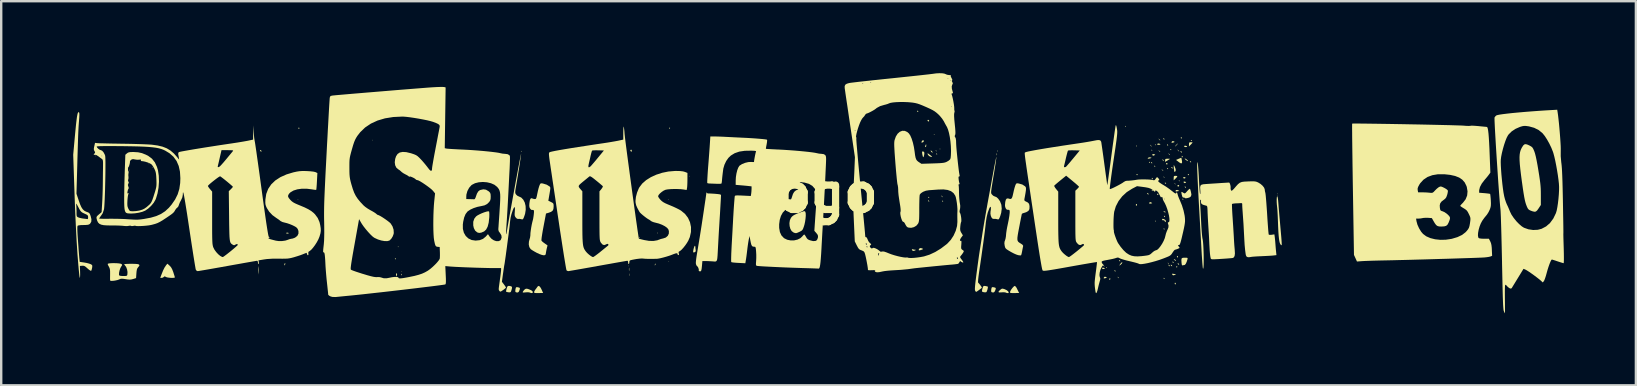
<source format=kicad_pcb>
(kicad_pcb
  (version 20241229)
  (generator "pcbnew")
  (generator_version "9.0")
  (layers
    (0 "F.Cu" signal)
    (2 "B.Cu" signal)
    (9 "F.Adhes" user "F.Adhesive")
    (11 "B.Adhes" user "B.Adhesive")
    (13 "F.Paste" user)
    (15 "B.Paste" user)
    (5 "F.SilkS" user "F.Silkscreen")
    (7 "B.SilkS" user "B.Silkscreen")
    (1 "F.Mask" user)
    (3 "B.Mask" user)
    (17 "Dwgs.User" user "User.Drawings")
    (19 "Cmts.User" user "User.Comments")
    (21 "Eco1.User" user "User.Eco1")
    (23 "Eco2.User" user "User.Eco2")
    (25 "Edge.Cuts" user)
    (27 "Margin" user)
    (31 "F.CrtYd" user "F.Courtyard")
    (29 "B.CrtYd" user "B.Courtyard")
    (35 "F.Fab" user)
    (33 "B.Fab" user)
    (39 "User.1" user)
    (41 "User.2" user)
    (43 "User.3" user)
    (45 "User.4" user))
  (footprint "logo"
    (layer "F.Cu")
    (at 31.035 4.988)
    (property "Reference" "logo" (at 0 0 0) (layer "F.SilkS") (effects (font (size 1.524 1.524) (thickness 0.3))))
    (attr board_only exclude_from_pos_files exclude_from_bom)
    (fp_poly (pts (xy -30.083 -1.54) (xy -30.096 -1.527) (xy -30.108 -1.54) (xy -30.096 -1.553)) (stroke (width 0) (type solid)) (fill yes) (layer "F.SilkS"))
    (fp_poly (pts (xy -28.683 -0.954) (xy -28.696 -0.942) (xy -28.709 -0.954) (xy -28.696 -0.967)) (stroke (width 0) (type solid)) (fill yes) (layer "F.SilkS"))
    (fp_poly (pts (xy -27.869 -1.209) (xy -27.881 -1.196) (xy -27.894 -1.209) (xy -27.881 -1.222)) (stroke (width 0) (type solid)) (fill yes) (layer "F.SilkS"))
    (fp_poly (pts (xy -27.716 -1.056) (xy -27.729 -1.043) (xy -27.741 -1.056) (xy -27.729 -1.069)) (stroke (width 0) (type solid)) (fill yes) (layer "F.SilkS"))
    (fp_poly (pts (xy -21.659 0.267) (xy -21.671 0.28) (xy -21.684 0.267) (xy -21.671 0.255)) (stroke (width 0) (type solid)) (fill yes) (layer "F.SilkS"))
    (fp_poly (pts (xy -18.554 -2.202) (xy -18.566 -2.189) (xy -18.579 -2.202) (xy -18.566 -2.214)) (stroke (width 0) (type solid)) (fill yes) (layer "F.SilkS"))
    (fp_poly (pts (xy -17.332 3.27) (xy -17.345 3.283) (xy -17.358 3.27) (xy -17.345 3.258)) (stroke (width 0) (type solid)) (fill yes) (layer "F.SilkS"))
    (fp_poly (pts (xy -7.89 3.041) (xy -7.903 3.054) (xy -7.915 3.041) (xy -7.903 3.029)) (stroke (width 0) (type solid)) (fill yes) (layer "F.SilkS"))
    (fp_poly (pts (xy -7.839 3.449) (xy -7.852 3.461) (xy -7.864 3.449) (xy -7.852 3.436)) (stroke (width 0) (type solid)) (fill yes) (layer "F.SilkS"))
    (fp_poly (pts (xy -6.235 0.267) (xy -6.248 0.28) (xy -6.261 0.267) (xy -6.248 0.255)) (stroke (width 0) (type solid)) (fill yes) (layer "F.SilkS"))
    (fp_poly (pts (xy -6.21 2.863) (xy -6.223 2.876) (xy -6.235 2.863) (xy -6.223 2.851)) (stroke (width 0) (type solid)) (fill yes) (layer "F.SilkS"))
    (fp_poly (pts (xy -5.345 -0.7) (xy -5.357 -0.687) (xy -5.37 -0.7) (xy -5.357 -0.713)) (stroke (width 0) (type solid)) (fill yes) (layer "F.SilkS"))
    (fp_poly (pts (xy 7.483 -1.769) (xy 7.47 -1.756) (xy 7.457 -1.769) (xy 7.47 -1.782)) (stroke (width 0) (type solid)) (fill yes) (layer "F.SilkS"))
    (fp_poly (pts (xy 7.483 -1.718) (xy 7.47 -1.705) (xy 7.457 -1.718) (xy 7.47 -1.731)) (stroke (width 0) (type solid)) (fill yes) (layer "F.SilkS"))
    (fp_poly (pts (xy 19.139 0.013) (xy 19.126 0.025) (xy 19.114 0.013) (xy 19.126 0)) (stroke (width 0) (type solid)) (fill yes) (layer "F.SilkS"))
    (fp_poly (pts (xy 19.139 0.089) (xy 19.126 0.102) (xy 19.114 0.089) (xy 19.126 0.076)) (stroke (width 0) (type solid)) (fill yes) (layer "F.SilkS"))
    (fp_poly (pts (xy -17.493 2.223) (xy -17.49 2.253) (xy -17.493 2.257) (xy -17.508 2.253) (xy -17.51 2.24) (xy -17.501 2.219)) (stroke (width 0) (type solid)) (fill yes) (layer "F.SilkS"))
    (fp_poly (pts (xy -12.352 -1.748) (xy -12.349 -1.717) (xy -12.352 -1.714) (xy -12.367 -1.717) (xy -12.369 -1.731) (xy -12.36 -1.752)) (stroke (width 0) (type solid)) (fill yes) (layer "F.SilkS"))
    (fp_poly (pts (xy -7.847 3.368) (xy -7.844 3.398) (xy -7.847 3.402) (xy -7.862 3.398) (xy -7.864 3.385) (xy -7.855 3.364)) (stroke (width 0) (type solid)) (fill yes) (layer "F.SilkS"))
    (fp_poly (pts (xy -7.44 1.841) (xy -7.437 1.871) (xy -7.44 1.875) (xy -7.455 1.871) (xy -7.457 1.858) (xy -7.448 1.837)) (stroke (width 0) (type solid)) (fill yes) (layer "F.SilkS"))
    (fp_poly (pts (xy -6.677 1.663) (xy -6.68 1.678) (xy -6.694 1.68) (xy -6.715 1.67) (xy -6.711 1.663) (xy -6.68 1.66)) (stroke (width 0) (type solid)) (fill yes) (layer "F.SilkS"))
    (fp_poly (pts (xy 4.853 -2.435) (xy 4.849 -2.42) (xy 4.836 -2.418) (xy 4.815 -2.427) (xy 4.819 -2.435) (xy 4.849 -2.438)) (stroke (width 0) (type solid)) (fill yes) (layer "F.SilkS"))
    (fp_poly (pts (xy 5.082 -1.849) (xy 5.085 -1.819) (xy 5.082 -1.815) (xy 5.067 -1.819) (xy 5.065 -1.832) (xy 5.074 -1.853)) (stroke (width 0) (type solid)) (fill yes) (layer "F.SilkS"))
    (fp_poly (pts (xy -23.213 -1.785) (xy -23.201 -1.765) (xy -23.192 -1.721) (xy -23.21 -1.717) (xy -23.234 -1.741) (xy -23.25 -1.778) (xy -23.241 -1.792)) (stroke (width 0) (type solid)) (fill yes) (layer "F.SilkS"))
    (fp_poly (pts (xy -17.613 2.716) (xy -17.603 2.735) (xy -17.597 2.771) (xy -17.614 2.764) (xy -17.626 2.747) (xy -17.634 2.714) (xy -17.63 2.708)) (stroke (width 0) (type solid)) (fill yes) (layer "F.SilkS"))
    (fp_poly (pts (xy -17.358 3.378) (xy -17.349 3.397) (xy -17.342 3.432) (xy -17.359 3.425) (xy -17.371 3.409) (xy -17.379 3.375) (xy -17.376 3.369)) (stroke (width 0) (type solid)) (fill yes) (layer "F.SilkS"))
    (fp_poly (pts (xy -6.775 2.949) (xy -6.781 2.995) (xy -6.791 3.009) (xy -6.808 3.016) (xy -6.803 2.978) (xy -6.802 2.976) (xy -6.787 2.942)) (stroke (width 0) (type solid)) (fill yes) (layer "F.SilkS"))
    (fp_poly (pts (xy 4.601 -3.041) (xy 4.626 -3.008) (xy 4.615 -2.982) (xy 4.596 -2.978) (xy 4.561 -2.998) (xy 4.556 -3.018) (xy 4.571 -3.046)) (stroke (width 0) (type solid)) (fill yes) (layer "F.SilkS"))
    (fp_poly (pts (xy 4.61 0.314) (xy 4.627 0.356) (xy 4.625 0.372) (xy 4.607 0.363) (xy 4.597 0.343) (xy 4.583 0.294) (xy 4.589 0.285)) (stroke (width 0) (type solid)) (fill yes) (layer "F.SilkS"))
    (fp_poly (pts (xy 4.908 -1.771) (xy 4.935 -1.748) (xy 4.937 -1.742) (xy 4.925 -1.731) (xy 4.9 -1.755) (xy 4.897 -1.76) (xy 4.894 -1.777)) (stroke (width 0) (type solid)) (fill yes) (layer "F.SilkS"))
    (fp_poly (pts (xy 5.191 0.324) (xy 5.201 0.342) (xy 5.207 0.378) (xy 5.19 0.371) (xy 5.178 0.355) (xy 5.17 0.321) (xy 5.174 0.315)) (stroke (width 0) (type solid)) (fill yes) (layer "F.SilkS"))
    (fp_poly (pts (xy 12.009 3.09) (xy 12.036 3.115) (xy 12.031 3.13) (xy 12.027 3.13) (xy 12.006 3.112) (xy 11.998 3.101) (xy 11.995 3.084)) (stroke (width 0) (type solid)) (fill yes) (layer "F.SilkS"))
    (fp_poly (pts (xy 12.496 3.502) (xy 12.5 3.505) (xy 12.52 3.539) (xy 12.517 3.551) (xy 12.498 3.543) (xy 12.485 3.52) (xy 12.478 3.49)) (stroke (width 0) (type solid)) (fill yes) (layer "F.SilkS"))
    (fp_poly (pts (xy 12.798 -2.789) (xy 12.825 -2.764) (xy 12.82 -2.749) (xy 12.816 -2.749) (xy 12.795 -2.767) (xy 12.787 -2.778) (xy 12.784 -2.795)) (stroke (width 0) (type solid)) (fill yes) (layer "F.SilkS"))
    (fp_poly (pts (xy 13.256 -1.975) (xy 13.283 -1.949) (xy 13.278 -1.935) (xy 13.274 -1.934) (xy 13.253 -1.952) (xy 13.245 -1.964) (xy 13.242 -1.981)) (stroke (width 0) (type solid)) (fill yes) (layer "F.SilkS"))
    (fp_poly (pts (xy 13.747 0.016) (xy 13.766 0.048) (xy 13.762 0.066) (xy 13.739 0.059) (xy 13.719 0.039) (xy 13.702 0.007) (xy 13.713 0)) (stroke (width 0) (type solid)) (fill yes) (layer "F.SilkS"))
    (fp_poly (pts (xy 13.892 -1.797) (xy 13.92 -1.771) (xy 13.914 -1.756) (xy 13.91 -1.756) (xy 13.889 -1.774) (xy 13.881 -1.785) (xy 13.878 -1.803)) (stroke (width 0) (type solid)) (fill yes) (layer "F.SilkS"))
    (fp_poly (pts (xy 14.045 -2.026) (xy 14.072 -2) (xy 14.067 -1.985) (xy 14.063 -1.985) (xy 14.042 -2.003) (xy 14.034 -2.015) (xy 14.031 -2.032)) (stroke (width 0) (type solid)) (fill yes) (layer "F.SilkS"))
    (fp_poly (pts (xy 14.045 1.156) (xy 14.072 1.179) (xy 14.074 1.185) (xy 14.062 1.195) (xy 14.037 1.172) (xy 14.034 1.167) (xy 14.031 1.149)) (stroke (width 0) (type solid)) (fill yes) (layer "F.SilkS"))
    (fp_poly (pts (xy 14.401 -0.677) (xy 14.428 -0.653) (xy 14.431 -0.647) (xy 14.419 -0.637) (xy 14.393 -0.66) (xy 14.39 -0.666) (xy 14.387 -0.683)) (stroke (width 0) (type solid)) (fill yes) (layer "F.SilkS"))
    (fp_poly (pts (xy 14.554 -1.231) (xy 14.55 -1.199) (xy 14.535 -1.185) (xy 14.508 -1.192) (xy 14.498 -1.209) (xy 14.502 -1.242) (xy 14.521 -1.247)) (stroke (width 0) (type solid)) (fill yes) (layer "F.SilkS"))
    (fp_poly (pts (xy 14.579 2.912) (xy 14.607 2.937) (xy 14.601 2.952) (xy 14.598 2.952) (xy 14.576 2.934) (xy 14.568 2.923) (xy 14.565 2.906)) (stroke (width 0) (type solid)) (fill yes) (layer "F.SilkS"))
    (fp_poly (pts (xy 14.736 3.015) (xy 14.752 3.047) (xy 14.741 3.054) (xy 14.703 3.035) (xy 14.697 3.027) (xy 14.687 2.994) (xy 14.707 2.991)) (stroke (width 0) (type solid)) (fill yes) (layer "F.SilkS"))
    (fp_poly (pts (xy 14.761 -1.057) (xy 14.777 -1.025) (xy 14.766 -1.018) (xy 14.729 -1.037) (xy 14.722 -1.045) (xy 14.713 -1.078) (xy 14.733 -1.081)) (stroke (width 0) (type solid)) (fill yes) (layer "F.SilkS"))
    (fp_poly (pts (xy 14.859 -0.397) (xy 14.887 -0.373) (xy 14.889 -0.368) (xy 14.877 -0.357) (xy 14.852 -0.381) (xy 14.848 -0.386) (xy 14.845 -0.403)) (stroke (width 0) (type solid)) (fill yes) (layer "F.SilkS"))
    (fp_poly (pts (xy 14.988 2.652) (xy 14.985 2.676) (xy 14.971 2.695) (xy 14.955 2.676) (xy 14.945 2.638) (xy 14.95 2.628) (xy 14.975 2.624)) (stroke (width 0) (type solid)) (fill yes) (layer "F.SilkS"))
    (fp_poly (pts (xy 15.019 2.943) (xy 15.039 2.974) (xy 15.035 2.993) (xy 15.012 2.986) (xy 14.991 2.966) (xy 14.975 2.934) (xy 14.986 2.927)) (stroke (width 0) (type solid)) (fill yes) (layer "F.SilkS"))
    (fp_poly (pts (xy 15.038 -0.524) (xy 15.065 -0.499) (xy 15.059 -0.484) (xy 15.056 -0.484) (xy 15.034 -0.502) (xy 15.026 -0.513) (xy 15.023 -0.53)) (stroke (width 0) (type solid)) (fill yes) (layer "F.SilkS"))
    (fp_poly (pts (xy 15.143 -1.719) (xy 15.159 -1.687) (xy 15.148 -1.68) (xy 15.111 -1.698) (xy 15.104 -1.707) (xy 15.095 -1.74) (xy 15.114 -1.743)) (stroke (width 0) (type solid)) (fill yes) (layer "F.SilkS"))
    (fp_poly (pts (xy -22.195 2.944) (xy -22.211 2.991) (xy -22.218 3.003) (xy -22.235 3.022) (xy -22.238 2.995) (xy -22.238 2.984) (xy -22.227 2.939) (xy -22.213 2.927)) (stroke (width 0) (type solid)) (fill yes) (layer "F.SilkS"))
    (fp_poly (pts (xy -22.072 1.663) (xy -22.057 1.673) (xy -22.069 1.688) (xy -22.107 1.692) (xy -22.153 1.686) (xy -22.168 1.673) (xy -22.146 1.658) (xy -22.118 1.654)) (stroke (width 0) (type solid)) (fill yes) (layer "F.SilkS"))
    (fp_poly (pts (xy -21.609 -2.704) (xy -21.608 -2.698) (xy -21.627 -2.673) (xy -21.633 -2.672) (xy -21.658 -2.692) (xy -21.659 -2.698) (xy -21.639 -2.723) (xy -21.633 -2.723)) (stroke (width 0) (type solid)) (fill yes) (layer "F.SilkS"))
    (fp_poly (pts (xy -7.872 3.124) (xy -7.868 3.198) (xy -7.872 3.239) (xy -7.878 3.251) (xy -7.882 3.219) (xy -7.883 3.181) (xy -7.881 3.126) (xy -7.876 3.111)) (stroke (width 0) (type solid)) (fill yes) (layer "F.SilkS"))
    (fp_poly (pts (xy -7.764 -1.766) (xy -7.767 -1.741) (xy -7.777 -1.712) (xy -7.798 -1.725) (xy -7.808 -1.737) (xy -7.827 -1.776) (xy -7.813 -1.795) (xy -7.776 -1.801)) (stroke (width 0) (type solid)) (fill yes) (layer "F.SilkS"))
    (fp_poly (pts (xy -6.168 -2.708) (xy -6.172 -2.698) (xy -6.195 -2.674) (xy -6.199 -2.672) (xy -6.21 -2.692) (xy -6.21 -2.698) (xy -6.19 -2.722) (xy -6.183 -2.723)) (stroke (width 0) (type solid)) (fill yes) (layer "F.SilkS"))
    (fp_poly (pts (xy 4.153 -3.416) (xy 4.173 -3.384) (xy 4.17 -3.373) (xy 4.144 -3.373) (xy 4.14 -3.376) (xy 4.123 -3.416) (xy 4.123 -3.42) (xy 4.136 -3.429)) (stroke (width 0) (type solid)) (fill yes) (layer "F.SilkS"))
    (fp_poly (pts (xy 4.607 0.165) (xy 4.631 0.188) (xy 4.632 0.192) (xy 4.612 0.203) (xy 4.607 0.204) (xy 4.582 0.184) (xy 4.581 0.177) (xy 4.597 0.161)) (stroke (width 0) (type solid)) (fill yes) (layer "F.SilkS"))
    (fp_poly (pts (xy 4.729 -1.748) (xy 4.746 -1.731) (xy 4.772 -1.694) (xy 4.766 -1.68) (xy 4.73 -1.697) (xy 4.708 -1.719) (xy 4.685 -1.758) (xy 4.695 -1.769)) (stroke (width 0) (type solid)) (fill yes) (layer "F.SilkS"))
    (fp_poly (pts (xy 4.937 -1.642) (xy 4.962 -1.619) (xy 4.963 -1.615) (xy 4.943 -1.604) (xy 4.937 -1.603) (xy 4.913 -1.623) (xy 4.912 -1.63) (xy 4.928 -1.646)) (stroke (width 0) (type solid)) (fill yes) (layer "F.SilkS"))
    (fp_poly (pts (xy 5.129 0.11) (xy 5.147 0.124) (xy 5.187 0.161) (xy 5.187 0.178) (xy 5.182 0.178) (xy 5.161 0.161) (xy 5.138 0.134) (xy 5.116 0.103)) (stroke (width 0) (type solid)) (fill yes) (layer "F.SilkS"))
    (fp_poly (pts (xy 7.448 -1.652) (xy 7.449 -1.647) (xy 7.453 -1.592) (xy 7.448 -1.571) (xy 7.44 -1.57) (xy 7.437 -1.61) (xy 7.437 -1.616) (xy 7.44 -1.656)) (stroke (width 0) (type solid)) (fill yes) (layer "F.SilkS"))
    (fp_poly (pts (xy 12.181 3.575) (xy 12.178 3.589) (xy 12.146 3.613) (xy 12.139 3.614) (xy 12.115 3.595) (xy 12.115 3.589) (xy 12.135 3.566) (xy 12.154 3.563)) (stroke (width 0) (type solid)) (fill yes) (layer "F.SilkS"))
    (fp_poly (pts (xy 12.374 3.227) (xy 12.393 3.259) (xy 12.391 3.27) (xy 12.364 3.269) (xy 12.361 3.266) (xy 12.344 3.227) (xy 12.344 3.223) (xy 12.357 3.213)) (stroke (width 0) (type solid)) (fill yes) (layer "F.SilkS"))
    (fp_poly (pts (xy 12.58 2.818) (xy 12.585 2.825) (xy 12.584 2.849) (xy 12.576 2.851) (xy 12.54 2.832) (xy 12.535 2.825) (xy 12.536 2.802) (xy 12.544 2.8)) (stroke (width 0) (type solid)) (fill yes) (layer "F.SilkS"))
    (fp_poly (pts (xy 13.282 0.479) (xy 13.285 0.496) (xy 13.272 0.53) (xy 13.26 0.534) (xy 13.237 0.514) (xy 13.234 0.496) (xy 13.248 0.462) (xy 13.26 0.458)) (stroke (width 0) (type solid)) (fill yes) (layer "F.SilkS"))
    (fp_poly (pts (xy 13.31 -0.77) (xy 13.311 -0.764) (xy 13.291 -0.739) (xy 13.285 -0.738) (xy 13.261 -0.757) (xy 13.26 -0.764) (xy 13.279 -0.788) (xy 13.285 -0.789)) (stroke (width 0) (type solid)) (fill yes) (layer "F.SilkS"))
    (fp_poly (pts (xy 13.819 -1.28) (xy 13.82 -1.273) (xy 13.811 -1.248) (xy 13.809 -1.247) (xy 13.787 -1.265) (xy 13.782 -1.273) (xy 13.784 -1.296) (xy 13.793 -1.298)) (stroke (width 0) (type solid)) (fill yes) (layer "F.SilkS"))
    (fp_poly (pts (xy 13.833 -2.003) (xy 13.852 -1.988) (xy 13.891 -1.951) (xy 13.891 -1.935) (xy 13.887 -1.934) (xy 13.865 -1.952) (xy 13.842 -1.979) (xy 13.82 -2.009)) (stroke (width 0) (type solid)) (fill yes) (layer "F.SilkS"))
    (fp_poly (pts (xy 13.901 -1.278) (xy 13.92 -1.246) (xy 13.918 -1.235) (xy 13.891 -1.236) (xy 13.888 -1.239) (xy 13.871 -1.278) (xy 13.871 -1.282) (xy 13.884 -1.291)) (stroke (width 0) (type solid)) (fill yes) (layer "F.SilkS"))
    (fp_poly (pts (xy 13.922 -0.115) (xy 13.946 -0.092) (xy 13.947 -0.088) (xy 13.927 -0.077) (xy 13.922 -0.076) (xy 13.897 -0.096) (xy 13.896 -0.103) (xy 13.912 -0.119)) (stroke (width 0) (type solid)) (fill yes) (layer "F.SilkS"))
    (fp_poly (pts (xy 13.926 -0.616) (xy 13.946 -0.584) (xy 13.943 -0.573) (xy 13.917 -0.574) (xy 13.913 -0.577) (xy 13.896 -0.616) (xy 13.896 -0.62) (xy 13.909 -0.63)) (stroke (width 0) (type solid)) (fill yes) (layer "F.SilkS"))
    (fp_poly (pts (xy 14.023 -1.133) (xy 14.048 -1.11) (xy 14.049 -1.106) (xy 14.029 -1.095) (xy 14.023 -1.094) (xy 13.999 -1.114) (xy 13.998 -1.121) (xy 14.014 -1.137)) (stroke (width 0) (type solid)) (fill yes) (layer "F.SilkS"))
    (fp_poly (pts (xy 14.175 0.044) (xy 14.176 0.049) (xy 14.158 0.084) (xy 14.151 0.089) (xy 14.129 0.083) (xy 14.125 0.065) (xy 14.139 0.03) (xy 14.151 0.025)) (stroke (width 0) (type solid)) (fill yes) (layer "F.SilkS"))
    (fp_poly (pts (xy 14.19 -2.257) (xy 14.208 -2.243) (xy 14.248 -2.206) (xy 14.247 -2.189) (xy 14.243 -2.189) (xy 14.222 -2.206) (xy 14.198 -2.233) (xy 14.176 -2.263)) (stroke (width 0) (type solid)) (fill yes) (layer "F.SilkS"))
    (fp_poly (pts (xy 14.19 -1.774) (xy 14.208 -1.759) (xy 14.248 -1.722) (xy 14.247 -1.706) (xy 14.243 -1.705) (xy 14.222 -1.723) (xy 14.198 -1.75) (xy 14.176 -1.78)) (stroke (width 0) (type solid)) (fill yes) (layer "F.SilkS"))
    (fp_poly (pts (xy 14.317 -0.985) (xy 14.335 -0.97) (xy 14.375 -0.933) (xy 14.375 -0.917) (xy 14.37 -0.916) (xy 14.349 -0.934) (xy 14.326 -0.961) (xy 14.304 -0.991)) (stroke (width 0) (type solid)) (fill yes) (layer "F.SilkS"))
    (fp_poly (pts (xy 14.379 -1.379) (xy 14.389 -1.362) (xy 14.397 -1.328) (xy 14.395 -1.323) (xy 14.374 -1.34) (xy 14.354 -1.362) (xy 14.339 -1.393) (xy 14.348 -1.4)) (stroke (width 0) (type solid)) (fill yes) (layer "F.SilkS"))
    (fp_poly (pts (xy 14.41 -2.271) (xy 14.429 -2.238) (xy 14.427 -2.227) (xy 14.4 -2.228) (xy 14.397 -2.231) (xy 14.38 -2.27) (xy 14.38 -2.274) (xy 14.393 -2.284)) (stroke (width 0) (type solid)) (fill yes) (layer "F.SilkS"))
    (fp_poly (pts (xy 14.43 1.495) (xy 14.431 1.502) (xy 14.422 1.526) (xy 14.419 1.527) (xy 14.398 1.509) (xy 14.392 1.502) (xy 14.395 1.478) (xy 14.404 1.476)) (stroke (width 0) (type solid)) (fill yes) (layer "F.SilkS"))
    (fp_poly (pts (xy 14.43 3.556) (xy 14.431 3.563) (xy 14.422 3.588) (xy 14.419 3.589) (xy 14.398 3.571) (xy 14.392 3.563) (xy 14.395 3.54) (xy 14.404 3.538)) (stroke (width 0) (type solid)) (fill yes) (layer "F.SilkS"))
    (fp_poly (pts (xy 14.435 0.962) (xy 14.455 0.994) (xy 14.452 1.005) (xy 14.426 1.004) (xy 14.422 1.001) (xy 14.405 0.962) (xy 14.405 0.958) (xy 14.418 0.948)) (stroke (width 0) (type solid)) (fill yes) (layer "F.SilkS"))
    (fp_poly (pts (xy 14.456 0.777) (xy 14.469 0.789) (xy 14.471 0.811) (xy 14.441 0.808) (xy 14.405 0.789) (xy 14.381 0.769) (xy 14.404 0.764) (xy 14.41 0.764)) (stroke (width 0) (type solid)) (fill yes) (layer "F.SilkS"))
    (fp_poly (pts (xy 14.489 -0.414) (xy 14.494 -0.407) (xy 14.493 -0.384) (xy 14.485 -0.382) (xy 14.449 -0.4) (xy 14.443 -0.407) (xy 14.445 -0.431) (xy 14.453 -0.433)) (stroke (width 0) (type solid)) (fill yes) (layer "F.SilkS"))
    (fp_poly (pts (xy 14.558 -1.031) (xy 14.582 -1.008) (xy 14.583 -1.004) (xy 14.564 -0.993) (xy 14.558 -0.993) (xy 14.533 -1.012) (xy 14.532 -1.02) (xy 14.548 -1.035)) (stroke (width 0) (type solid)) (fill yes) (layer "F.SilkS"))
    (fp_poly (pts (xy 14.563 -2.016) (xy 14.582 -1.984) (xy 14.58 -1.973) (xy 14.553 -1.974) (xy 14.549 -1.977) (xy 14.533 -2.016) (xy 14.532 -2.02) (xy 14.545 -2.029)) (stroke (width 0) (type solid)) (fill yes) (layer "F.SilkS"))
    (fp_poly (pts (xy 14.597 -1.646) (xy 14.615 -1.632) (xy 14.65 -1.601) (xy 14.66 -1.588) (xy 14.647 -1.58) (xy 14.614 -1.613) (xy 14.606 -1.622) (xy 14.584 -1.653)) (stroke (width 0) (type solid)) (fill yes) (layer "F.SilkS"))
    (fp_poly (pts (xy 14.613 2.997) (xy 14.621 3.003) (xy 14.656 3.039) (xy 14.648 3.053) (xy 14.637 3.054) (xy 14.61 3.034) (xy 14.598 3.012) (xy 14.592 2.985)) (stroke (width 0) (type solid)) (fill yes) (layer "F.SilkS"))
    (fp_poly (pts (xy 14.71 -1.814) (xy 14.711 -1.807) (xy 14.702 -1.782) (xy 14.699 -1.782) (xy 14.678 -1.799) (xy 14.672 -1.807) (xy 14.674 -1.83) (xy 14.684 -1.832)) (stroke (width 0) (type solid)) (fill yes) (layer "F.SilkS"))
    (fp_poly (pts (xy 14.792 2.87) (xy 14.811 2.903) (xy 14.809 2.914) (xy 14.782 2.913) (xy 14.778 2.91) (xy 14.762 2.871) (xy 14.762 2.867) (xy 14.774 2.857)) (stroke (width 0) (type solid)) (fill yes) (layer "F.SilkS"))
    (fp_poly (pts (xy 14.829 2.756) (xy 14.857 2.771) (xy 14.905 2.802) (xy 14.911 2.821) (xy 14.892 2.825) (xy 14.859 2.808) (xy 14.835 2.783) (xy 14.814 2.754)) (stroke (width 0) (type solid)) (fill yes) (layer "F.SilkS"))
    (fp_poly (pts (xy 14.901 3.758) (xy 14.898 3.779) (xy 14.881 3.813) (xy 14.876 3.818) (xy 14.862 3.798) (xy 14.854 3.779) (xy 14.858 3.747) (xy 14.876 3.741)) (stroke (width 0) (type solid)) (fill yes) (layer "F.SilkS"))
    (fp_poly (pts (xy 14.964 3.073) (xy 14.965 3.08) (xy 14.946 3.104) (xy 14.94 3.105) (xy 14.915 3.086) (xy 14.914 3.08) (xy 14.934 3.055) (xy 14.94 3.054)) (stroke (width 0) (type solid)) (fill yes) (layer "F.SilkS"))
    (fp_poly (pts (xy 14.979 -1.799) (xy 14.997 -1.785) (xy 15.032 -1.753) (xy 15.041 -1.74) (xy 15.029 -1.733) (xy 14.995 -1.765) (xy 14.987 -1.775) (xy 14.965 -1.805)) (stroke (width 0) (type solid)) (fill yes) (layer "F.SilkS"))
    (fp_poly (pts (xy 15.037 -0.318) (xy 15.041 -0.307) (xy 15.025 -0.274) (xy 14.992 -0.266) (xy 14.981 -0.272) (xy 14.966 -0.309) (xy 14.993 -0.33) (xy 15.003 -0.331)) (stroke (width 0) (type solid)) (fill yes) (layer "F.SilkS"))
    (fp_poly (pts (xy 15.158 -2.304) (xy 15.156 -2.291) (xy 15.134 -2.266) (xy 15.131 -2.265) (xy 15.11 -2.283) (xy 15.105 -2.291) (xy 15.111 -2.312) (xy 15.131 -2.316)) (stroke (width 0) (type solid)) (fill yes) (layer "F.SilkS"))
    (fp_poly (pts (xy 15.173 -1.533) (xy 15.193 -1.5) (xy 15.19 -1.489) (xy 15.164 -1.49) (xy 15.16 -1.493) (xy 15.143 -1.532) (xy 15.143 -1.536) (xy 15.156 -1.546)) (stroke (width 0) (type solid)) (fill yes) (layer "F.SilkS"))
    (fp_poly (pts (xy 15.194 0.242) (xy 15.218 0.265) (xy 15.22 0.269) (xy 15.2 0.28) (xy 15.194 0.28) (xy 15.17 0.26) (xy 15.169 0.253) (xy 15.184 0.238)) (stroke (width 0) (type solid)) (fill yes) (layer "F.SilkS"))
    (fp_poly (pts (xy 15.293 -0.651) (xy 15.307 -0.628) (xy 15.28 -0.606) (xy 15.272 -0.604) (xy 15.225 -0.608) (xy 15.209 -0.626) (xy 15.216 -0.656) (xy 15.244 -0.662)) (stroke (width 0) (type solid)) (fill yes) (layer "F.SilkS"))
    (fp_poly (pts (xy 15.301 -0.26) (xy 15.32 -0.228) (xy 15.318 -0.217) (xy 15.291 -0.218) (xy 15.288 -0.221) (xy 15.271 -0.26) (xy 15.271 -0.264) (xy 15.283 -0.273)) (stroke (width 0) (type solid)) (fill yes) (layer "F.SilkS"))
    (fp_poly (pts (xy 15.309 -1.966) (xy 15.357 -1.949) (xy 15.372 -1.931) (xy 15.351 -1.914) (xy 15.309 -1.909) (xy 15.26 -1.921) (xy 15.245 -1.943) (xy 15.265 -1.968)) (stroke (width 0) (type solid)) (fill yes) (layer "F.SilkS"))
    (fp_poly (pts (xy 15.448 -0.77) (xy 15.449 -0.764) (xy 15.429 -0.739) (xy 15.423 -0.738) (xy 15.399 -0.757) (xy 15.398 -0.764) (xy 15.417 -0.788) (xy 15.423 -0.789)) (stroke (width 0) (type solid)) (fill yes) (layer "F.SilkS"))
    (fp_poly (pts (xy 15.533 -1.305) (xy 15.538 -1.298) (xy 15.537 -1.275) (xy 15.528 -1.273) (xy 15.492 -1.291) (xy 15.487 -1.298) (xy 15.488 -1.321) (xy 15.497 -1.323)) (stroke (width 0) (type solid)) (fill yes) (layer "F.SilkS"))
    (fp_poly (pts (xy 15.551 -2.202) (xy 15.575 -2.179) (xy 15.576 -2.175) (xy 15.556 -2.164) (xy 15.551 -2.163) (xy 15.526 -2.183) (xy 15.525 -2.19) (xy 15.541 -2.205)) (stroke (width 0) (type solid)) (fill yes) (layer "F.SilkS"))
    (fp_poly (pts (xy -23.312 3.127) (xy -23.296 3.214) (xy -23.295 3.305) (xy -23.295 3.305) (xy -23.304 3.398) (xy -23.309 3.305) (xy -23.316 3.214) (xy -23.326 3.127) (xy -23.338 3.041)) (stroke (width 0) (type solid)) (fill yes) (layer "F.SilkS"))
    (fp_poly (pts (xy -17.557 3.354) (xy -17.54 3.393) (xy -17.555 3.441) (xy -17.574 3.476) (xy -17.582 3.47) (xy -17.585 3.418) (xy -17.585 3.412) (xy -17.582 3.356) (xy -17.569 3.344)) (stroke (width 0) (type solid)) (fill yes) (layer "F.SilkS"))
    (fp_poly (pts (xy 4.379 -2.201) (xy 4.403 -2.164) (xy 4.387 -2.125) (xy 4.352 -2.105) (xy 4.311 -2.099) (xy 4.301 -2.104) (xy 4.314 -2.144) (xy 4.344 -2.184) (xy 4.373 -2.202)) (stroke (width 0) (type solid)) (fill yes) (layer "F.SilkS"))
    (fp_poly (pts (xy 4.501 -2.014) (xy 4.503 -1.979) (xy 4.496 -1.928) (xy 4.479 -1.909) (xy 4.456 -1.923) (xy 4.456 -1.928) (xy 4.466 -1.965) (xy 4.479 -1.998) (xy 4.495 -2.028)) (stroke (width 0) (type solid)) (fill yes) (layer "F.SilkS"))
    (fp_poly (pts (xy 11.924 3.13) (xy 11.952 3.148) (xy 11.945 3.154) (xy 11.896 3.164) (xy 11.875 3.171) (xy 11.841 3.169) (xy 11.835 3.146) (xy 11.842 3.114) (xy 11.871 3.111)) (stroke (width 0) (type solid)) (fill yes) (layer "F.SilkS"))
    (fp_poly (pts (xy 12.674 2.892) (xy 12.652 2.943) (xy 12.588 3.003) (xy 12.554 3.027) (xy 12.554 3.015) (xy 12.567 2.988) (xy 12.599 2.941) (xy 12.636 2.902) (xy 12.665 2.884)) (stroke (width 0) (type solid)) (fill yes) (layer "F.SilkS"))
    (fp_poly (pts (xy 14.247 -2.04) (xy 14.249 -2.039) (xy 14.259 -2.021) (xy 14.221 -2.008) (xy 14.204 -2.006) (xy 14.144 -2.005) (xy 14.125 -2.028) (xy 14.145 -2.055) (xy 14.192 -2.059)) (stroke (width 0) (type solid)) (fill yes) (layer "F.SilkS"))
    (fp_poly (pts (xy 15.151 -1.371) (xy 15.163 -1.282) (xy 15.15 -1.236) (xy 15.11 -1.234) (xy 15.041 -1.274) (xy 15.02 -1.29) (xy 14.91 -1.375) (xy 15.02 -1.422) (xy 15.131 -1.469)) (stroke (width 0) (type solid)) (fill yes) (layer "F.SilkS"))
    (fp_poly (pts (xy 15.293 -0.466) (xy 15.33 -0.451) (xy 15.321 -0.432) (xy 15.317 -0.43) (xy 15.267 -0.409) (xy 15.235 -0.428) (xy 15.231 -0.434) (xy 15.223 -0.467) (xy 15.257 -0.474)) (stroke (width 0) (type solid)) (fill yes) (layer "F.SilkS"))
    (fp_poly (pts (xy 4.339 2.315) (xy 4.37 2.331) (xy 4.361 2.346) (xy 4.319 2.364) (xy 4.236 2.391) (xy 4.194 2.388) (xy 4.192 2.356) (xy 4.199 2.341) (xy 4.234 2.301) (xy 4.283 2.296)) (stroke (width 0) (type solid)) (fill yes) (layer "F.SilkS"))
    (fp_poly (pts (xy 11.992 3.499) (xy 12.009 3.509) (xy 12.023 3.528) (xy 11.99 3.545) (xy 11.983 3.547) (xy 11.921 3.561) (xy 11.897 3.555) (xy 11.9 3.529) (xy 11.902 3.525) (xy 11.936 3.49)) (stroke (width 0) (type solid)) (fill yes) (layer "F.SilkS"))
    (fp_poly (pts (xy 13.838 -1.481) (xy 13.883 -1.47) (xy 13.882 -1.459) (xy 13.857 -1.448) (xy 13.792 -1.431) (xy 13.759 -1.427) (xy 13.728 -1.433) (xy 13.74 -1.459) (xy 13.741 -1.46) (xy 13.789 -1.483)) (stroke (width 0) (type solid)) (fill yes) (layer "F.SilkS"))
    (fp_poly (pts (xy 13.863 0.391) (xy 13.898 0.409) (xy 13.915 0.426) (xy 13.905 0.432) (xy 13.855 0.441) (xy 13.835 0.448) (xy 13.801 0.446) (xy 13.794 0.423) (xy 13.81 0.387) (xy 13.826 0.382)) (stroke (width 0) (type solid)) (fill yes) (layer "F.SilkS"))
    (fp_poly (pts (xy 13.962 -1.619) (xy 14.015 -1.605) (xy 14.032 -1.603) (xy 14.042 -1.595) (xy 14.021 -1.577) (xy 13.985 -1.559) (xy 13.953 -1.553) (xy 13.926 -1.573) (xy 13.922 -1.593) (xy 13.937 -1.622)) (stroke (width 0) (type solid)) (fill yes) (layer "F.SilkS"))
    (fp_poly (pts (xy 14.793 3.369) (xy 14.856 3.382) (xy 14.889 3.386) (xy 14.905 3.394) (xy 14.876 3.41) (xy 14.807 3.432) (xy 14.767 3.421) (xy 14.751 3.395) (xy 14.749 3.366) (xy 14.781 3.366)) (stroke (width 0) (type solid)) (fill yes) (layer "F.SilkS"))
    (fp_poly (pts (xy 14.817 -2.151) (xy 14.834 -2.141) (xy 14.848 -2.122) (xy 14.815 -2.106) (xy 14.808 -2.104) (xy 14.746 -2.09) (xy 14.722 -2.095) (xy 14.725 -2.121) (xy 14.727 -2.125) (xy 14.761 -2.16)) (stroke (width 0) (type solid)) (fill yes) (layer "F.SilkS"))
    (fp_poly (pts (xy 3.951 2.351) (xy 4.014 2.364) (xy 4.047 2.367) (xy 4.072 2.371) (xy 4.053 2.388) (xy 4.047 2.392) (xy 3.982 2.416) (xy 3.929 2.403) (xy 3.909 2.377) (xy 3.906 2.348) (xy 3.939 2.348)) (stroke (width 0) (type solid)) (fill yes) (layer "F.SilkS"))
    (fp_poly (pts (xy 15.015 -0.103) (xy 15.016 -0.102) (xy 15.04 -0.082) (xy 15.018 -0.077) (xy 15.012 -0.077) (xy 14.949 -0.067) (xy 14.929 -0.061) (xy 14.895 -0.063) (xy 14.889 -0.086) (xy 14.908 -0.119) (xy 14.956 -0.125)) (stroke (width 0) (type solid)) (fill yes) (layer "F.SilkS"))
    (fp_poly (pts (xy 15.298 -1.429) (xy 15.346 -1.398) (xy 15.361 -1.387) (xy 15.405 -1.344) (xy 15.409 -1.326) (xy 15.38 -1.335) (xy 15.324 -1.372) (xy 15.322 -1.373) (xy 15.282 -1.41) (xy 15.271 -1.434) (xy 15.272 -1.435)) (stroke (width 0) (type solid)) (fill yes) (layer "F.SilkS"))
    (fp_poly (pts (xy 15.579 -2.109) (xy 15.601 -2.102) (xy 15.601 -2.102) (xy 15.585 -2.079) (xy 15.544 -2.034) (xy 15.525 -2.015) (xy 15.449 -1.938) (xy 15.449 -2.025) (xy 15.453 -2.084) (xy 15.476 -2.108) (xy 15.525 -2.112)) (stroke (width 0) (type solid)) (fill yes) (layer "F.SilkS"))
    (fp_poly (pts (xy 4.588 -1.637) (xy 4.673 -1.572) (xy 4.724 -1.532) (xy 4.746 -1.511) (xy 4.744 -1.503) (xy 4.724 -1.502) (xy 4.712 -1.502) (xy 4.654 -1.519) (xy 4.607 -1.553) (xy 4.572 -1.596) (xy 4.556 -1.633) (xy 4.562 -1.648)) (stroke (width 0) (type solid)) (fill yes) (layer "F.SilkS"))
    (fp_poly (pts (xy 14.625 -1.424) (xy 14.657 -1.419) (xy 14.658 -1.417) (xy 14.631 -1.4) (xy 14.577 -1.367) (xy 14.552 -1.351) (xy 14.456 -1.294) (xy 14.456 -1.36) (xy 14.461 -1.401) (xy 14.485 -1.42) (xy 14.543 -1.425) (xy 14.562 -1.425)) (stroke (width 0) (type solid)) (fill yes) (layer "F.SilkS"))
    (fp_poly (pts (xy 14.942 -0.707) (xy 14.965 -0.692) (xy 14.965 -0.692) (xy 14.948 -0.663) (xy 14.906 -0.615) (xy 14.889 -0.598) (xy 14.812 -0.525) (xy 14.812 -0.619) (xy 14.816 -0.681) (xy 14.836 -0.707) (xy 14.883 -0.713) (xy 14.889 -0.713)) (stroke (width 0) (type solid)) (fill yes) (layer "F.SilkS"))
    (fp_poly (pts (xy 14.98 -2.046) (xy 14.947 -2.006) (xy 14.94 -1.998) (xy 14.896 -1.955) (xy 14.869 -1.935) (xy 14.867 -1.934) (xy 14.874 -1.95) (xy 14.906 -1.99) (xy 14.914 -1.998) (xy 14.958 -2.041) (xy 14.985 -2.061) (xy 14.987 -2.062)) (stroke (width 0) (type solid)) (fill yes) (layer "F.SilkS"))
    (fp_poly (pts (xy -5.122 2.211) (xy -5.115 2.257) (xy -5.11 2.333) (xy -5.1 2.384) (xy -5.104 2.438) (xy -5.137 2.467) (xy -5.186 2.48) (xy -5.204 2.47) (xy -5.207 2.431) (xy -5.197 2.365) (xy -5.179 2.291) (xy -5.157 2.229) (xy -5.138 2.2)) (stroke (width 0) (type solid)) (fill yes) (layer "F.SilkS"))
    (fp_poly (pts (xy 14.383 1.083) (xy 14.385 1.083) (xy 14.456 1.119) (xy 14.487 1.163) (xy 14.479 1.198) (xy 14.459 1.217) (xy 14.444 1.19) (xy 14.441 1.18) (xy 14.415 1.139) (xy 14.378 1.138) (xy 14.337 1.135) (xy 14.329 1.108) (xy 14.34 1.079)) (stroke (width 0) (type solid)) (fill yes) (layer "F.SilkS"))
    (fp_poly (pts (xy 14.839 -1.126) (xy 14.864 -1.073) (xy 14.894 -0.992) (xy 14.896 -0.937) (xy 14.888 -0.914) (xy 14.863 -0.874) (xy 14.847 -0.876) (xy 14.833 -0.923) (xy 14.828 -0.945) (xy 14.817 -1.032) (xy 14.813 -1.104) (xy 14.814 -1.15) (xy 14.821 -1.158)) (stroke (width 0) (type solid)) (fill yes) (layer "F.SilkS"))
    (fp_poly (pts (xy 4.407 -1.711) (xy 4.419 -1.693) (xy 4.424 -1.651) (xy 4.418 -1.594) (xy 4.405 -1.537) (xy 4.389 -1.497) (xy 4.373 -1.489) (xy 4.371 -1.491) (xy 4.357 -1.533) (xy 4.341 -1.602) (xy 4.337 -1.625) (xy 4.329 -1.693) (xy 4.338 -1.724) (xy 4.362 -1.731)) (stroke (width 0) (type solid)) (fill yes) (layer "F.SilkS"))
    (fp_poly (pts (xy -12.522 3.928) (xy -12.514 3.93) (xy -12.45 3.945) (xy -12.426 3.968) (xy -12.431 4.014) (xy -12.445 4.058) (xy -12.474 4.121) (xy -12.513 4.147) (xy -12.535 4.148) (xy -12.588 4.139) (xy -12.611 4.123) (xy -12.617 4.084) (xy -12.611 4.018) (xy -12.609 4.006) (xy -12.594 3.946) (xy -12.57 3.925)) (stroke (width 0) (type solid)) (fill yes) (layer "F.SilkS"))
    (fp_poly (pts (xy -11.608 3.89) (xy -11.557 3.956) (xy -11.516 4.038) (xy -11.459 4.168) (xy -11.647 4.171) (xy -11.745 4.172) (xy -11.802 4.166) (xy -11.829 4.153) (xy -11.835 4.134) (xy -11.819 4.087) (xy -11.782 4.028) (xy -11.777 4.022) (xy -11.729 3.959) (xy -11.692 3.905) (xy -11.691 3.904) (xy -11.653 3.873)) (stroke (width 0) (type solid)) (fill yes) (layer "F.SilkS"))
    (fp_poly (pts (xy 7.304 3.928) (xy 7.311 3.93) (xy 7.375 3.945) (xy 7.4 3.967) (xy 7.394 4.012) (xy 7.378 4.058) (xy 7.345 4.123) (xy 7.303 4.147) (xy 7.288 4.148) (xy 7.236 4.138) (xy 7.214 4.121) (xy 7.207 4.08) (xy 7.213 4.014) (xy 7.214 4.004) (xy 7.229 3.945) (xy 7.254 3.924)) (stroke (width 0) (type solid)) (fill yes) (layer "F.SilkS"))
    (fp_poly (pts (xy -12.856 3.873) (xy -12.808 3.885) (xy -12.77 3.9) (xy -12.754 3.928) (xy -12.759 3.981) (xy -12.778 4.053) (xy -12.798 4.112) (xy -12.828 4.139) (xy -12.881 4.142) (xy -12.948 4.131) (xy -12.984 4.123) (xy -13 4.109) (xy -12.999 4.076) (xy -12.984 4.01) (xy -12.977 3.982) (xy -12.952 3.907) (xy -12.916 3.873)) (stroke (width 0) (type solid)) (fill yes) (layer "F.SilkS"))
    (fp_poly (pts (xy 8.23 3.901) (xy 8.267 3.954) (xy 8.269 3.958) (xy 8.306 4.035) (xy 8.339 4.101) (xy 8.373 4.168) (xy 8.182 4.171) (xy 8.082 4.171) (xy 8.023 4.166) (xy 7.996 4.152) (xy 7.992 4.137) (xy 8.006 4.09) (xy 8.043 4.026) (xy 8.092 3.96) (xy 8.142 3.905) (xy 8.182 3.876) (xy 8.193 3.874)) (stroke (width 0) (type solid)) (fill yes) (layer "F.SilkS"))
    (fp_poly (pts (xy 6.969 3.878) (xy 7.031 3.891) (xy 7.068 3.904) (xy 7.069 3.905) (xy 7.071 3.935) (xy 7.06 3.996) (xy 7.05 4.033) (xy 7.027 4.104) (xy 6.998 4.137) (xy 6.947 4.142) (xy 6.878 4.131) (xy 6.84 4.118) (xy 6.824 4.093) (xy 6.83 4.043) (xy 6.851 3.964) (xy 6.873 3.901) (xy 6.899 3.875) (xy 6.944 3.874)) (stroke (width 0) (type solid)) (fill yes) (layer "F.SilkS"))
    (fp_poly (pts (xy 7.729 3.997) (xy 7.769 4.01) (xy 7.861 4.054) (xy 7.921 4.106) (xy 7.941 4.153) (xy 7.92 4.171) (xy 7.874 4.171) (xy 7.823 4.155) (xy 7.816 4.15) (xy 7.771 4.14) (xy 7.696 4.138) (xy 7.644 4.142) (xy 7.555 4.146) (xy 7.514 4.133) (xy 7.52 4.102) (xy 7.57 4.05) (xy 7.585 4.038) (xy 7.635 3.999) (xy 7.676 3.986)) (stroke (width 0) (type solid)) (fill yes) (layer "F.SilkS"))
    (fp_poly (pts (xy 15.351 2.699) (xy 15.386 2.708) (xy 15.393 2.731) (xy 15.386 2.766) (xy 15.353 2.871) (xy 15.316 2.952) (xy 15.278 2.997) (xy 15.261 3.003) (xy 15.203 3.012) (xy 15.186 3.018) (xy 15.163 3.016) (xy 15.148 2.981) (xy 15.139 2.906) (xy 15.138 2.897) (xy 15.133 2.797) (xy 15.14 2.738) (xy 15.168 2.709) (xy 15.224 2.699) (xy 15.276 2.698)) (stroke (width 0) (type solid)) (fill yes) (layer "F.SilkS"))
    (fp_poly (pts (xy -12.058 4.01) (xy -12.057 4.011) (xy -11.956 4.054) (xy -11.901 4.096) (xy -11.886 4.139) (xy -11.906 4.167) (xy -11.953 4.172) (xy -12.009 4.151) (xy -12.011 4.15) (xy -12.055 4.14) (xy -12.13 4.138) (xy -12.185 4.142) (xy -12.264 4.149) (xy -12.302 4.147) (xy -12.309 4.132) (xy -12.296 4.103) (xy -12.251 4.045) (xy -12.214 4.012) (xy -12.172 3.99) (xy -12.128 3.99)) (stroke (width 0) (type solid)) (fill yes) (layer "F.SilkS"))
    (fp_poly (pts (xy -13.713 0.769) (xy -13.711 0.771) (xy -13.703 0.809) (xy -13.699 0.884) (xy -13.7 0.983) (xy -13.703 1.035) (xy -13.726 1.24) (xy -13.769 1.404) (xy -13.832 1.525) (xy -13.912 1.6) (xy -13.922 1.606) (xy -14.036 1.654) (xy -14.124 1.666) (xy -14.2 1.645) (xy -14.204 1.642) (xy -14.289 1.571) (xy -14.344 1.465) (xy -14.369 1.355) (xy -14.369 1.201) (xy -14.325 1.072) (xy -14.253 0.98) (xy -14.196 0.938) (xy -14.113 0.893) (xy -14.016 0.848) (xy -13.915 0.809) (xy -13.824 0.78) (xy -13.753 0.765)) (stroke (width 0) (type solid)) (fill yes) (layer "F.SilkS"))
    (fp_poly (pts (xy -27.022 3.027) (xy -26.963 3.091) (xy -26.915 3.174) (xy -26.869 3.291) (xy -26.865 3.303) (xy -26.835 3.397) (xy -26.812 3.471) (xy -26.8 3.514) (xy -26.8 3.519) (xy -26.822 3.532) (xy -26.88 3.538) (xy -26.959 3.538) (xy -27.043 3.531) (xy -27.118 3.519) (xy -27.168 3.503) (xy -27.173 3.5) (xy -27.217 3.476) (xy -27.245 3.485) (xy -27.258 3.5) (xy -27.307 3.53) (xy -27.35 3.538) (xy -27.41 3.538) (xy -27.349 3.376) (xy -27.289 3.227) (xy -27.233 3.114) (xy -27.174 3.024) (xy -27.161 3.007) (xy -27.113 2.947)) (stroke (width 0) (type solid)) (fill yes) (layer "F.SilkS"))
    (fp_poly (pts (xy 15.504 -0.138) (xy 15.523 -0.074) (xy 15.539 0.00005) (xy 15.549 0.062) (xy 15.549 0.076) (xy 15.534 0.128) (xy 15.517 0.156) (xy 15.479 0.183) (xy 15.419 0.205) (xy 15.353 0.22) (xy 15.298 0.222) (xy 15.271 0.21) (xy 15.271 0.207) (xy 15.252 0.19) (xy 15.235 0.193) (xy 15.198 0.192) (xy 15.169 0.15) (xy 15.146 0.064) (xy 15.142 0.047) (xy 15.132 -0.021) (xy 15.139 -0.046) (xy 15.172 -0.033) (xy 15.212 -0.007) (xy 15.25 0.015) (xy 15.279 0.018) (xy 15.313 -0.007) (xy 15.364 -0.063) (xy 15.375 -0.076) (xy 15.429 -0.134) (xy 15.471 -0.168) (xy 15.488 -0.173)) (stroke (width 0) (type solid)) (fill yes) (layer "F.SilkS"))
    (fp_poly (pts (xy -0.559 0.761) (xy -0.541 0.778) (xy -0.532 0.794) (xy -0.518 0.854) (xy -0.516 0.951) (xy -0.526 1.069) (xy -0.544 1.197) (xy -0.571 1.321) (xy -0.594 1.397) (xy -0.626 1.486) (xy -0.657 1.542) (xy -0.699 1.579) (xy -0.765 1.614) (xy -0.776 1.62) (xy -0.859 1.657) (xy -0.913 1.674) (xy -0.959 1.672) (xy -1.012 1.653) (xy -1.033 1.643) (xy -1.105 1.587) (xy -1.158 1.495) (xy -1.189 1.381) (xy -1.197 1.258) (xy -1.179 1.14) (xy -1.134 1.04) (xy -1.093 0.988) (xy -1.043 0.945) (xy -0.974 0.905) (xy -0.876 0.861) (xy -0.739 0.809) (xy -0.731 0.806) (xy -0.642 0.775) (xy -0.588 0.76)) (stroke (width 0) (type solid)) (fill yes) (layer "F.SilkS"))
    (fp_poly (pts (xy 19.139 0.163) (xy 19.153 0.229) (xy 19.164 0.323) (xy 19.168 0.371) (xy 19.177 0.485) (xy 19.187 0.617) (xy 19.201 0.774) (xy 19.216 0.96) (xy 19.236 1.181) (xy 19.259 1.442) (xy 19.282 1.7) (xy 19.295 1.848) (xy 19.305 1.978) (xy 19.311 2.082) (xy 19.313 2.151) (xy 19.312 2.177) (xy 19.288 2.172) (xy 19.272 2.158) (xy 19.249 2.121) (xy 19.229 2.069) (xy 19.212 1.998) (xy 19.198 1.902) (xy 19.185 1.777) (xy 19.174 1.617) (xy 19.164 1.418) (xy 19.155 1.174) (xy 19.152 1.107) (xy 19.146 0.958) (xy 19.139 0.818) (xy 19.132 0.699) (xy 19.124 0.613) (xy 19.121 0.585) (xy 19.11 0.486) (xy 19.104 0.381) (xy 19.103 0.282) (xy 19.107 0.2) (xy 19.116 0.148) (xy 19.126 0.136)) (stroke (width 0) (type solid)) (fill yes) (layer "F.SilkS"))
    (fp_poly (pts (xy 29.562 -2.009) (xy 29.639 -1.973) (xy 29.707 -1.935) (xy 29.754 -1.895) (xy 29.79 -1.838) (xy 29.829 -1.75) (xy 29.834 -1.737) (xy 29.865 -1.646) (xy 29.897 -1.52) (xy 29.932 -1.355) (xy 29.971 -1.146) (xy 30.006 -0.936) (xy 30.04 -0.726) (xy 30.065 -0.554) (xy 30.084 -0.411) (xy 30.096 -0.286) (xy 30.104 -0.166) (xy 30.107 -0.043) (xy 30.108 0.096) (xy 30.108 0.097) (xy 30.108 0.502) (xy 30.014 0.645) (xy 29.953 0.73) (xy 29.901 0.774) (xy 29.842 0.784) (xy 29.761 0.765) (xy 29.714 0.748) (xy 29.646 0.72) (xy 29.599 0.689) (xy 29.562 0.643) (xy 29.527 0.57) (xy 29.489 0.471) (xy 29.466 0.397) (xy 29.442 0.301) (xy 29.417 0.176) (xy 29.39 0.017) (xy 29.36 -0.18) (xy 29.326 -0.422) (xy 29.317 -0.484) (xy 29.28 -0.764) (xy 29.252 -1) (xy 29.232 -1.197) (xy 29.222 -1.36) (xy 29.22 -1.495) (xy 29.227 -1.607) (xy 29.243 -1.701) (xy 29.267 -1.783) (xy 29.301 -1.858) (xy 29.318 -1.89) (xy 29.373 -1.977) (xy 29.424 -2.023) (xy 29.483 -2.033)) (stroke (width 0) (type solid)) (fill yes) (layer "F.SilkS"))
    (fp_poly (pts (xy -29.221 2.928) (xy -29.128 2.936) (xy -29.058 2.949) (xy -29.028 2.961) (xy -29 2.986) (xy -28.999 3.012) (xy -29.027 3.057) (xy -29.04 3.074) (xy -29.076 3.144) (xy -29.106 3.235) (xy -29.125 3.329) (xy -29.128 3.406) (xy -29.123 3.429) (xy -29.088 3.45) (xy -29.006 3.46) (xy -28.951 3.461) (xy -28.864 3.46) (xy -28.814 3.453) (xy -28.79 3.434) (xy -28.779 3.399) (xy -28.778 3.391) (xy -28.773 3.292) (xy -28.792 3.184) (xy -28.828 3.089) (xy -28.858 3.045) (xy -28.896 2.999) (xy -28.912 2.97) (xy -28.912 2.97) (xy -28.888 2.963) (xy -28.824 2.958) (xy -28.727 2.954) (xy -28.61 2.952) (xy -28.606 2.952) (xy -28.457 2.955) (xy -28.355 2.963) (xy -28.296 2.98) (xy -28.275 3.007) (xy -28.289 3.046) (xy -28.33 3.096) (xy -28.363 3.14) (xy -28.384 3.197) (xy -28.397 3.281) (xy -28.403 3.354) (xy -28.416 3.548) (xy -28.538 3.586) (xy -28.613 3.605) (xy -28.684 3.611) (xy -28.772 3.604) (xy -28.848 3.592) (xy -28.95 3.577) (xy -29.018 3.573) (xy -29.068 3.581) (xy -29.117 3.602) (xy -29.118 3.603) (xy -29.191 3.629) (xy -29.288 3.65) (xy -29.349 3.659) (xy -29.432 3.665) (xy -29.477 3.662) (xy -29.495 3.646) (xy -29.499 3.613) (xy -29.499 3.611) (xy -29.5 3.556) (xy -29.499 3.469) (xy -29.498 3.366) (xy -29.498 3.356) (xy -29.499 3.243) (xy -29.51 3.164) (xy -29.533 3.102) (xy -29.547 3.076) (xy -29.581 3.013) (xy -29.599 2.965) (xy -29.599 2.959) (xy -29.576 2.943) (xy -29.514 2.932) (xy -29.427 2.926) (xy -29.325 2.925)) (stroke (width 0) (type solid)) (fill yes) (layer "F.SilkS"))
    (fp_poly (pts (xy -4.636 -0.005) (xy -4.604 0.021) (xy -4.592 0.022) (xy -4.558 0.021) (xy -4.485 0.024) (xy -4.386 0.03) (xy -4.308 0.035) (xy -4.188 0.046) (xy -4.111 0.056) (xy -4.067 0.068) (xy -4.049 0.085) (xy -4.047 0.097) (xy -4.049 0.14) (xy -4.053 0.226) (xy -4.06 0.349) (xy -4.069 0.502) (xy -4.079 0.678) (xy -4.09 0.87) (xy -4.103 1.071) (xy -4.115 1.274) (xy -4.123 1.4) (xy -4.134 1.578) (xy -4.146 1.786) (xy -4.158 2.002) (xy -4.169 2.205) (xy -4.173 2.282) (xy -4.183 2.469) (xy -4.191 2.611) (xy -4.2 2.715) (xy -4.212 2.786) (xy -4.231 2.829) (xy -4.257 2.851) (xy -4.293 2.859) (xy -4.342 2.856) (xy -4.398 2.851) (xy -4.511 2.844) (xy -4.626 2.839) (xy -4.696 2.838) (xy -4.823 2.838) (xy -4.841 3.039) (xy -4.853 3.152) (xy -4.867 3.222) (xy -4.887 3.258) (xy -4.916 3.268) (xy -4.944 3.264) (xy -4.974 3.245) (xy -4.974 3.229) (xy -4.972 3.191) (xy -4.987 3.135) (xy -5.011 3.083) (xy -5.036 3.055) (xy -5.04 3.054) (xy -5.061 3.033) (xy -5.085 2.981) (xy -5.086 2.977) (xy -5.094 2.942) (xy -5.095 2.89) (xy -5.089 2.815) (xy -5.076 2.711) (xy -5.055 2.572) (xy -5.025 2.391) (xy -5.011 2.309) (xy -4.975 2.092) (xy -4.934 1.845) (xy -4.893 1.587) (xy -4.854 1.339) (xy -4.821 1.12) (xy -4.821 1.12) (xy -4.793 0.934) (xy -4.765 0.749) (xy -4.74 0.577) (xy -4.718 0.428) (xy -4.701 0.314) (xy -4.695 0.28) (xy -4.68 0.171) (xy -4.667 0.079) (xy -4.659 0.017) (xy -4.658 0) (xy -4.652 -0.024)) (stroke (width 0) (type solid)) (fill yes) (layer "F.SilkS"))
    (fp_poly (pts (xy -11.468 -0.393) (xy -11.306 -0.343) (xy -11.191 -0.271) (xy -11.172 -0.252) (xy -11.161 -0.229) (xy -11.159 -0.19) (xy -11.165 -0.125) (xy -11.181 -0.026) (xy -11.193 0.045) (xy -11.241 0.325) (xy -11.13 0.378) (xy -11.067 0.412) (xy -11.034 0.443) (xy -11.022 0.49) (xy -11.02 0.568) (xy -11.029 0.67) (xy -11.062 0.74) (xy -11.129 0.789) (xy -11.228 0.826) (xy -11.338 0.858) (xy -11.442 1.403) (xy -11.474 1.575) (xy -11.499 1.726) (xy -11.518 1.849) (xy -11.527 1.937) (xy -11.528 1.983) (xy -11.527 1.987) (xy -11.492 2.026) (xy -11.422 2.082) (xy -11.325 2.15) (xy -11.279 2.18) (xy -11.279 2.205) (xy -11.293 2.26) (xy -11.296 2.27) (xy -11.315 2.349) (xy -11.333 2.445) (xy -11.338 2.475) (xy -11.35 2.548) (xy -11.368 2.583) (xy -11.402 2.595) (xy -11.44 2.596) (xy -11.51 2.583) (xy -11.608 2.548) (xy -11.721 2.496) (xy -11.724 2.494) (xy -11.822 2.44) (xy -11.908 2.388) (xy -11.968 2.347) (xy -11.979 2.338) (xy -12.032 2.256) (xy -12.056 2.147) (xy -12.049 2.026) (xy -12.028 1.949) (xy -12.002 1.856) (xy -11.989 1.762) (xy -11.989 1.74) (xy -11.986 1.666) (xy -11.972 1.558) (xy -11.953 1.433) (xy -11.929 1.306) (xy -11.903 1.193) (xy -11.887 1.133) (xy -11.872 1.067) (xy -11.857 0.973) (xy -11.846 0.884) (xy -11.838 0.789) (xy -11.842 0.735) (xy -11.863 0.711) (xy -11.904 0.708) (xy -11.929 0.71) (xy -11.963 0.694) (xy -12.002 0.649) (xy -12.002 0.649) (xy -12.027 0.597) (xy -12.035 0.531) (xy -12.03 0.433) (xy -12.029 0.428) (xy -12.012 0.313) (xy -11.987 0.245) (xy -11.952 0.219) (xy -11.91 0.23) (xy -11.846 0.25) (xy -11.803 0.255) (xy -11.773 0.251) (xy -11.752 0.232) (xy -11.735 0.19) (xy -11.717 0.115) (xy -11.7 0.032) (xy -11.675 -0.085) (xy -11.647 -0.197) (xy -11.62 -0.284) (xy -11.614 -0.301) (xy -11.586 -0.367) (xy -11.559 -0.397) (xy -11.517 -0.4)) (stroke (width 0) (type solid)) (fill yes) (layer "F.SilkS"))
    (fp_poly (pts (xy 8.321 -0.399) (xy 8.358 -0.393) (xy 8.508 -0.35) (xy 8.617 -0.279) (xy 8.632 -0.263) (xy 8.648 -0.24) (xy 8.657 -0.21) (xy 8.659 -0.163) (xy 8.653 -0.094) (xy 8.638 0.005) (xy 8.614 0.141) (xy 8.592 0.258) (xy 8.591 0.309) (xy 8.622 0.341) (xy 8.657 0.358) (xy 8.742 0.403) (xy 8.788 0.46) (xy 8.805 0.544) (xy 8.806 0.585) (xy 8.801 0.668) (xy 8.781 0.72) (xy 8.74 0.761) (xy 8.666 0.803) (xy 8.585 0.83) (xy 8.523 0.848) (xy 8.488 0.872) (xy 8.486 0.875) (xy 8.478 0.908) (xy 8.463 0.982) (xy 8.441 1.091) (xy 8.414 1.227) (xy 8.385 1.381) (xy 8.376 1.425) (xy 8.341 1.609) (xy 8.316 1.751) (xy 8.302 1.856) (xy 8.3 1.933) (xy 8.309 1.988) (xy 8.332 2.029) (xy 8.368 2.062) (xy 8.419 2.095) (xy 8.447 2.112) (xy 8.513 2.158) (xy 8.539 2.197) (xy 8.538 2.227) (xy 8.526 2.279) (xy 8.51 2.361) (xy 8.497 2.431) (xy 8.48 2.514) (xy 8.463 2.575) (xy 8.453 2.598) (xy 8.421 2.603) (xy 8.357 2.596) (xy 8.326 2.59) (xy 8.254 2.566) (xy 8.156 2.523) (xy 8.049 2.467) (xy 8.005 2.442) (xy 7.908 2.384) (xy 7.845 2.341) (xy 7.808 2.304) (xy 7.787 2.263) (xy 7.774 2.209) (xy 7.77 2.192) (xy 7.758 2.098) (xy 7.766 2.025) (xy 7.783 1.981) (xy 7.806 1.905) (xy 7.823 1.807) (xy 7.827 1.756) (xy 7.835 1.669) (xy 7.852 1.551) (xy 7.875 1.423) (xy 7.888 1.362) (xy 7.935 1.135) (xy 7.965 0.957) (xy 7.98 0.827) (xy 7.98 0.745) (xy 7.965 0.712) (xy 7.918 0.7) (xy 7.903 0.703) (xy 7.86 0.696) (xy 7.82 0.652) (xy 7.792 0.585) (xy 7.783 0.515) (xy 7.795 0.377) (xy 7.818 0.285) (xy 7.854 0.237) (xy 7.906 0.227) (xy 7.938 0.236) (xy 7.997 0.252) (xy 8.04 0.245) (xy 8.073 0.208) (xy 8.1 0.134) (xy 8.127 0.016) (xy 8.129 0.009) (xy 8.154 -0.105) (xy 8.182 -0.213) (xy 8.208 -0.296) (xy 8.214 -0.313) (xy 8.241 -0.374) (xy 8.27 -0.399)) (stroke (width 0) (type solid)) (fill yes) (layer "F.SilkS"))
    (fp_poly (pts (xy 7.425 -1.474) (xy 7.415 -1.4) (xy 7.4 -1.291) (xy 7.379 -1.154) (xy 7.354 -0.997) (xy 7.341 -0.912) (xy 7.301 -0.675) (xy 7.27 -0.484) (xy 7.245 -0.332) (xy 7.227 -0.215) (xy 7.215 -0.128) (xy 7.208 -0.066) (xy 7.206 -0.022) (xy 7.208 0.006) (xy 7.214 0.026) (xy 7.223 0.042) (xy 7.235 0.059) (xy 7.237 0.061) (xy 7.291 0.115) (xy 7.349 0.143) (xy 7.428 0.174) (xy 7.496 0.234) (xy 7.566 0.332) (xy 7.58 0.355) (xy 7.632 0.492) (xy 7.648 0.654) (xy 7.626 0.83) (xy 7.587 0.959) (xy 7.555 1.042) (xy 7.531 1.087) (xy 7.506 1.103) (xy 7.47 1.098) (xy 7.449 1.092) (xy 7.381 1.08) (xy 7.328 1.082) (xy 7.274 1.077) (xy 7.227 1.031) (xy 7.194 0.957) (xy 7.177 0.865) (xy 7.182 0.765) (xy 7.186 0.748) (xy 7.197 0.67) (xy 7.195 0.607) (xy 7.192 0.595) (xy 7.178 0.575) (xy 7.159 0.591) (xy 7.129 0.649) (xy 7.125 0.659) (xy 7.064 0.823) (xy 7.018 1.014) (xy 6.984 1.243) (xy 6.976 1.323) (xy 6.962 1.445) (xy 6.942 1.612) (xy 6.915 1.82) (xy 6.882 2.066) (xy 6.843 2.344) (xy 6.8 2.651) (xy 6.752 2.982) (xy 6.706 3.294) (xy 6.681 3.475) (xy 6.666 3.61) (xy 6.661 3.699) (xy 6.666 3.739) (xy 6.668 3.741) (xy 6.698 3.77) (xy 6.741 3.822) (xy 6.784 3.88) (xy 6.814 3.927) (xy 6.821 3.945) (xy 6.802 3.966) (xy 6.755 4.004) (xy 6.695 4.049) (xy 6.636 4.091) (xy 6.592 4.118) (xy 6.579 4.123) (xy 6.56 4.104) (xy 6.54 4.07) (xy 6.532 4.042) (xy 6.53 3.991) (xy 6.534 3.913) (xy 6.544 3.802) (xy 6.561 3.654) (xy 6.585 3.464) (xy 6.603 3.326) (xy 6.629 3.129) (xy 6.655 2.937) (xy 6.68 2.758) (xy 6.702 2.601) (xy 6.721 2.478) (xy 6.732 2.405) (xy 6.748 2.306) (xy 6.769 2.169) (xy 6.795 2.007) (xy 6.822 1.833) (xy 6.847 1.667) (xy 6.874 1.501) (xy 6.907 1.298) (xy 6.946 1.071) (xy 6.987 0.834) (xy 7.029 0.599) (xy 7.063 0.407) (xy 7.105 0.178) (xy 7.151 -0.071) (xy 7.198 -0.325) (xy 7.242 -0.57) (xy 7.283 -0.791) (xy 7.309 -0.937) (xy 7.34 -1.101) (xy 7.368 -1.246) (xy 7.392 -1.365) (xy 7.411 -1.452) (xy 7.423 -1.499) (xy 7.426 -1.505)) (stroke (width 0) (type solid)) (fill yes) (layer "F.SilkS"))
    (fp_poly (pts (xy -30.8 -3.362) (xy -30.787 -3.345) (xy -30.78 -3.308) (xy -30.779 -3.244) (xy -30.783 -3.144) (xy -30.794 -3.002) (xy -30.794 -2.994) (xy -30.801 -2.91) (xy -30.807 -2.828) (xy -30.812 -2.745) (xy -30.817 -2.655) (xy -30.822 -2.555) (xy -30.827 -2.438) (xy -30.832 -2.302) (xy -30.837 -2.14) (xy -30.843 -1.95) (xy -30.85 -1.725) (xy -30.858 -1.461) (xy -30.866 -1.154) (xy -30.872 -0.932) (xy -30.899 0.033) (xy -30.808 0.305) (xy -30.75 0.47) (xy -30.695 0.592) (xy -30.639 0.678) (xy -30.577 0.738) (xy -30.503 0.778) (xy -30.472 0.789) (xy -30.404 0.815) (xy -30.362 0.845) (xy -30.333 0.897) (xy -30.307 0.967) (xy -30.276 1.096) (xy -30.282 1.196) (xy -30.326 1.273) (xy -30.342 1.289) (xy -30.379 1.314) (xy -30.434 1.328) (xy -30.517 1.335) (xy -30.606 1.337) (xy -30.72 1.34) (xy -30.803 1.35) (xy -30.847 1.365) (xy -30.849 1.366) (xy -30.858 1.389) (xy -30.863 1.438) (xy -30.863 1.518) (xy -30.859 1.635) (xy -30.85 1.792) (xy -30.836 1.99) (xy -30.823 2.168) (xy -30.811 2.338) (xy -30.799 2.489) (xy -30.789 2.614) (xy -30.782 2.701) (xy -30.779 2.727) (xy -30.764 2.871) (xy -30.575 2.899) (xy -30.47 2.918) (xy -30.375 2.943) (xy -30.309 2.967) (xy -30.308 2.967) (xy -30.259 2.997) (xy -30.24 3.03) (xy -30.243 3.088) (xy -30.247 3.114) (xy -30.263 3.185) (xy -30.281 3.235) (xy -30.287 3.243) (xy -30.317 3.239) (xy -30.374 3.202) (xy -30.439 3.146) (xy -30.512 3.081) (xy -30.566 3.046) (xy -30.615 3.033) (xy -30.662 3.034) (xy -30.757 3.041) (xy -30.748 3.29) (xy -30.746 3.395) (xy -30.749 3.478) (xy -30.755 3.528) (xy -30.761 3.538) (xy -30.768 3.513) (xy -30.778 3.444) (xy -30.79 3.334) (xy -30.805 3.191) (xy -30.82 3.019) (xy -30.836 2.824) (xy -30.853 2.612) (xy -30.855 2.59) (xy -30.872 2.331) (xy -30.891 2.03) (xy -30.909 1.693) (xy -30.927 1.329) (xy -30.945 0.945) (xy -30.961 0.549) (xy -30.965 0.448) (xy -30.913 0.448) (xy -30.912 0.476) (xy -30.911 0.48) (xy -30.905 0.547) (xy -30.9 0.646) (xy -30.897 0.756) (xy -30.897 0.775) (xy -30.897 0.879) (xy -30.892 0.943) (xy -30.88 0.98) (xy -30.856 1.002) (xy -30.827 1.017) (xy -30.763 1.039) (xy -30.672 1.059) (xy -30.605 1.069) (xy -30.52 1.079) (xy -30.457 1.087) (xy -30.433 1.091) (xy -30.42 1.071) (xy -30.414 1.018) (xy -30.414 1.011) (xy -30.418 0.965) (xy -30.436 0.931) (xy -30.48 0.901) (xy -30.561 0.863) (xy -30.565 0.862) (xy -30.639 0.827) (xy -30.691 0.792) (xy -30.733 0.747) (xy -30.776 0.678) (xy -30.82 0.595) (xy -30.869 0.504) (xy -30.899 0.456) (xy -30.913 0.448) (xy -30.965 0.448) (xy -30.976 0.148) (xy -30.98 0.025) (xy -31.035 -1.591) (xy -30.964 -2.373) (xy -30.939 -2.635) (xy -30.918 -2.85) (xy -30.898 -3.022) (xy -30.881 -3.154) (xy -30.864 -3.251) (xy -30.848 -3.316) (xy -30.831 -3.353) (xy -30.814 -3.366)) (stroke (width 0) (type solid)) (fill yes) (layer "F.SilkS"))
    (fp_poly (pts (xy -28.523 -1.705) (xy -28.335 -1.694) (xy -28.17 -1.658) (xy -28.004 -1.592) (xy -27.905 -1.54) (xy -27.754 -1.427) (xy -27.634 -1.275) (xy -27.545 -1.083) (xy -27.503 -0.938) (xy -27.47 -0.716) (xy -27.462 -0.472) (xy -27.48 -0.223) (xy -27.522 0.017) (xy -27.586 0.231) (xy -27.609 0.286) (xy -27.682 0.411) (xy -27.789 0.539) (xy -27.914 0.654) (xy -28.032 0.735) (xy -28.149 0.784) (xy -28.298 0.823) (xy -28.462 0.849) (xy -28.622 0.859) (xy -28.76 0.851) (xy -28.779 0.847) (xy -28.822 0.832) (xy -28.855 0.802) (xy -28.879 0.75) (xy -28.896 0.671) (xy -28.906 0.559) (xy -28.91 0.432) (xy -28.781 0.432) (xy -28.779 0.515) (xy -28.769 0.577) (xy -28.748 0.632) (xy -28.736 0.659) (xy -28.703 0.718) (xy -28.673 0.749) (xy -28.627 0.761) (xy -28.549 0.763) (xy -28.536 0.763) (xy -28.423 0.756) (xy -28.304 0.738) (xy -28.255 0.727) (xy -28.151 0.694) (xy -28.064 0.651) (xy -27.977 0.589) (xy -27.878 0.503) (xy -27.832 0.458) (xy -27.796 0.412) (xy -27.765 0.355) (xy -27.733 0.277) (xy -27.695 0.167) (xy -27.664 0.068) (xy -27.621 -0.067) (xy -27.593 -0.169) (xy -27.575 -0.251) (xy -27.567 -0.328) (xy -27.565 -0.416) (xy -27.568 -0.527) (xy -27.569 -0.559) (xy -27.576 -0.696) (xy -27.586 -0.796) (xy -27.601 -0.874) (xy -27.625 -0.943) (xy -27.648 -0.994) (xy -27.694 -1.08) (xy -27.743 -1.154) (xy -27.773 -1.189) (xy -27.835 -1.229) (xy -27.929 -1.268) (xy -28.034 -1.301) (xy -28.13 -1.321) (xy -28.169 -1.323) (xy -28.213 -1.332) (xy -28.216 -1.362) (xy -28.215 -1.363) (xy -28.214 -1.388) (xy -28.243 -1.392) (xy -28.286 -1.386) (xy -28.37 -1.382) (xy -28.459 -1.395) (xy -28.466 -1.396) (xy -28.539 -1.41) (xy -28.591 -1.399) (xy -28.622 -1.38) (xy -28.662 -1.34) (xy -28.672 -1.307) (xy -28.672 -1.271) (xy -28.683 -1.213) (xy -28.7 -1.15) (xy -28.718 -1.099) (xy -28.733 -1.078) (xy -28.735 -1.079) (xy -28.745 -1.064) (xy -28.752 -1.015) (xy -28.753 -1.005) (xy -28.751 -0.943) (xy -28.738 -0.906) (xy -28.736 -0.905) (xy -28.725 -0.872) (xy -28.732 -0.82) (xy -28.74 -0.744) (xy -28.734 -0.687) (xy -28.731 -0.615) (xy -28.742 -0.567) (xy -28.752 -0.505) (xy -28.736 -0.474) (xy -28.719 -0.433) (xy -28.738 -0.386) (xy -28.757 -0.335) (xy -28.743 -0.278) (xy -28.738 -0.265) (xy -28.722 -0.21) (xy -28.729 -0.18) (xy -28.748 -0.148) (xy -28.767 -0.085) (xy -28.77 -0.067) (xy -28.779 -0.004) (xy -28.773 0.02) (xy -28.747 0.016) (xy -28.745 0.016) (xy -28.716 0.009) (xy -28.728 0.031) (xy -28.732 0.036) (xy -28.747 0.076) (xy -28.761 0.154) (xy -28.772 0.256) (xy -28.776 0.313) (xy -28.781 0.432) (xy -28.91 0.432) (xy -28.911 0.407) (xy -28.912 0.224) (xy -28.91 0.061) (xy -28.907 -0.138) (xy -28.903 -0.359) (xy -28.897 -0.588) (xy -28.89 -0.811) (xy -28.887 -0.916) (xy -28.863 -1.591) (xy -28.797 -1.648) (xy -28.757 -1.677) (xy -28.709 -1.694) (xy -28.64 -1.703) (xy -28.536 -1.705)) (stroke (width 0) (type solid)) (fill yes) (layer "F.SilkS"))
    (fp_poly (pts (xy 15.807 -1.273) (xy 15.816 -1.23) (xy 15.826 -1.144) (xy 15.836 -1.024) (xy 15.847 -0.875) (xy 15.857 -0.707) (xy 15.863 -0.579) (xy 15.872 -0.406) (xy 15.881 -0.251) (xy 15.891 -0.121) (xy 15.9 -0.023) (xy 15.908 0.036) (xy 15.914 0.051) (xy 15.923 0.028) (xy 15.925 -0.033) (xy 15.921 -0.118) (xy 15.92 -0.123) (xy 15.914 -0.232) (xy 15.927 -0.302) (xy 15.966 -0.341) (xy 16.04 -0.361) (xy 16.128 -0.369) (xy 16.395 -0.387) (xy 16.614 -0.401) (xy 16.79 -0.413) (xy 16.925 -0.421) (xy 17.022 -0.427) (xy 17.085 -0.431) (xy 17.117 -0.433) (xy 17.121 -0.433) (xy 17.143 -0.411) (xy 17.164 -0.357) (xy 17.18 -0.292) (xy 17.185 -0.235) (xy 17.183 -0.218) (xy 17.183 -0.177) (xy 17.191 -0.134) (xy 17.205 -0.1) (xy 17.228 -0.092) (xy 17.264 -0.115) (xy 17.32 -0.171) (xy 17.4 -0.264) (xy 17.405 -0.271) (xy 17.492 -0.366) (xy 17.57 -0.426) (xy 17.653 -0.458) (xy 17.756 -0.472) (xy 17.765 -0.472) (xy 17.927 -0.48) (xy 18.047 -0.484) (xy 18.135 -0.484) (xy 18.199 -0.479) (xy 18.249 -0.469) (xy 18.293 -0.453) (xy 18.333 -0.435) (xy 18.431 -0.375) (xy 18.516 -0.3) (xy 18.577 -0.222) (xy 18.604 -0.152) (xy 18.605 -0.143) (xy 18.613 -0.074) (xy 18.629 -0.01) (xy 18.637 0.033) (xy 18.647 0.12) (xy 18.658 0.244) (xy 18.671 0.399) (xy 18.684 0.578) (xy 18.698 0.774) (xy 18.705 0.885) (xy 18.717 1.085) (xy 18.73 1.269) (xy 18.742 1.431) (xy 18.752 1.564) (xy 18.762 1.663) (xy 18.768 1.72) (xy 18.771 1.733) (xy 18.806 1.746) (xy 18.876 1.745) (xy 18.897 1.742) (xy 19.007 1.726) (xy 19.021 1.824) (xy 19.029 1.897) (xy 19.04 2.001) (xy 19.049 2.113) (xy 19.05 2.125) (xy 19.059 2.244) (xy 19.069 2.362) (xy 19.079 2.456) (xy 19.079 2.46) (xy 19.093 2.591) (xy 18.97 2.605) (xy 18.9 2.612) (xy 18.792 2.619) (xy 18.659 2.626) (xy 18.513 2.633) (xy 18.455 2.636) (xy 18.315 2.642) (xy 18.189 2.65) (xy 18.089 2.658) (xy 18.025 2.667) (xy 18.009 2.67) (xy 17.942 2.679) (xy 17.893 2.674) (xy 17.848 2.651) (xy 17.823 2.603) (xy 17.811 2.552) (xy 17.788 2.38) (xy 17.768 2.17) (xy 17.754 1.934) (xy 17.752 1.896) (xy 17.72 1.294) (xy 17.686 0.812) (xy 17.677 0.687) (xy 17.67 0.579) (xy 17.667 0.499) (xy 17.668 0.457) (xy 17.668 0.456) (xy 17.655 0.428) (xy 17.612 0.424) (xy 17.551 0.428) (xy 17.463 0.432) (xy 17.401 0.434) (xy 17.32 0.441) (xy 17.261 0.452) (xy 17.241 0.461) (xy 17.239 0.491) (xy 17.241 0.565) (xy 17.245 0.674) (xy 17.252 0.811) (xy 17.262 0.968) (xy 17.267 1.036) (xy 17.279 1.223) (xy 17.292 1.414) (xy 17.303 1.597) (xy 17.313 1.758) (xy 17.32 1.882) (xy 17.32 1.891) (xy 17.328 2.033) (xy 17.338 2.177) (xy 17.349 2.305) (xy 17.355 2.375) (xy 17.363 2.524) (xy 17.349 2.628) (xy 17.312 2.69) (xy 17.272 2.709) (xy 17.221 2.716) (xy 17.128 2.724) (xy 17.003 2.734) (xy 16.855 2.744) (xy 16.693 2.754) (xy 16.538 2.762) (xy 16.444 2.765) (xy 16.39 2.76) (xy 16.363 2.745) (xy 16.355 2.728) (xy 16.339 2.65) (xy 16.324 2.54) (xy 16.312 2.392) (xy 16.301 2.201) (xy 16.298 2.151) (xy 16.291 1.994) (xy 16.285 1.867) (xy 16.279 1.756) (xy 16.272 1.644) (xy 16.264 1.517) (xy 16.254 1.36) (xy 16.25 1.298) (xy 16.242 1.158) (xy 16.234 1.016) (xy 16.228 0.891) (xy 16.225 0.827) (xy 16.221 0.703) (xy 16.216 0.62) (xy 16.208 0.57) (xy 16.194 0.543) (xy 16.17 0.53) (xy 16.134 0.522) (xy 16.13 0.521) (xy 16.023 0.489) (xy 15.963 0.443) (xy 15.946 0.381) (xy 15.949 0.356) (xy 15.952 0.297) (xy 15.934 0.28) (xy 15.92 0.295) (xy 15.913 0.345) (xy 15.914 0.436) (xy 15.918 0.515) (xy 15.924 0.615) (xy 15.932 0.754) (xy 15.941 0.918) (xy 15.95 1.096) (xy 15.959 1.275) (xy 15.959 1.285) (xy 15.969 1.451) (xy 15.979 1.603) (xy 15.99 1.735) (xy 16.001 1.835) (xy 16.01 1.896) (xy 16.012 1.903) (xy 16.024 1.962) (xy 16.035 2.053) (xy 16.044 2.168) (xy 16.051 2.301) (xy 16.057 2.444) (xy 16.061 2.591) (xy 16.062 2.735) (xy 16.062 2.868) (xy 16.06 2.984) (xy 16.055 3.076) (xy 16.048 3.136) (xy 16.038 3.157) (xy 16.029 3.143) (xy 16.023 3.105) (xy 16.015 3.023) (xy 16.005 2.905) (xy 15.995 2.757) (xy 15.983 2.587) (xy 15.972 2.401) (xy 15.972 2.392) (xy 15.96 2.178) (xy 15.947 1.952) (xy 15.934 1.729) (xy 15.922 1.521) (xy 15.912 1.342) (xy 15.907 1.247) (xy 15.881 0.791) (xy 15.858 0.384) (xy 15.839 0.026) (xy 15.823 -0.286) (xy 15.81 -0.553) (xy 15.801 -0.776) (xy 15.794 -0.956) (xy 15.791 -1.095) (xy 15.791 -1.194) (xy 15.794 -1.255) (xy 15.8 -1.279)) (stroke (width 0) (type solid)) (fill yes) (layer "F.SilkS"))
    (fp_poly (pts (xy 30.806 -3.368) (xy 30.825 -3.234) (xy 30.844 -3.069) (xy 30.864 -2.884) (xy 30.882 -2.687) (xy 30.899 -2.487) (xy 30.914 -2.293) (xy 30.926 -2.114) (xy 30.935 -1.958) (xy 30.938 -1.835) (xy 30.937 -1.755) (xy 30.936 -1.529) (xy 30.959 -1.27) (xy 30.963 -1.246) (xy 30.974 -1.15) (xy 30.984 -1.026) (xy 30.993 -0.872) (xy 31.001 -0.684) (xy 31.009 -0.457) (xy 31.016 -0.189) (xy 31.023 0.125) (xy 31.027 0.318) (xy 31.032 0.614) (xy 31.036 0.864) (xy 31.04 1.071) (xy 31.043 1.24) (xy 31.045 1.375) (xy 31.046 1.481) (xy 31.047 1.562) (xy 31.047 1.622) (xy 31.047 1.665) (xy 31.046 1.697) (xy 31.045 1.718) (xy 31.046 1.75) (xy 31.047 1.825) (xy 31.05 1.936) (xy 31.054 2.075) (xy 31.059 2.236) (xy 31.062 2.335) (xy 31.066 2.515) (xy 31.068 2.67) (xy 31.068 2.793) (xy 31.065 2.879) (xy 31.06 2.923) (xy 31.057 2.927) (xy 31.024 2.919) (xy 30.955 2.898) (xy 30.862 2.869) (xy 30.808 2.851) (xy 30.708 2.817) (xy 30.627 2.791) (xy 30.576 2.776) (xy 30.565 2.774) (xy 30.543 2.797) (xy 30.51 2.861) (xy 30.471 2.956) (xy 30.429 3.074) (xy 30.387 3.206) (xy 30.349 3.343) (xy 30.349 3.343) (xy 30.316 3.461) (xy 30.282 3.564) (xy 30.252 3.641) (xy 30.233 3.674) (xy 30.189 3.729) (xy 30.117 3.662) (xy 30.046 3.601) (xy 29.951 3.527) (xy 29.842 3.445) (xy 29.73 3.364) (xy 29.625 3.291) (xy 29.537 3.234) (xy 29.478 3.2) (xy 29.473 3.198) (xy 29.386 3.161) (xy 29.15 3.547) (xy 29.072 3.674) (xy 29.003 3.787) (xy 28.946 3.88) (xy 28.908 3.943) (xy 28.893 3.968) (xy 28.857 3.986) (xy 28.801 3.968) (xy 28.735 3.918) (xy 28.691 3.872) (xy 28.653 3.83) (xy 28.632 3.826) (xy 28.619 3.849) (xy 28.614 3.886) (xy 28.611 3.967) (xy 28.609 4.082) (xy 28.609 4.224) (xy 28.61 4.385) (xy 28.611 4.453) (xy 28.613 4.616) (xy 28.614 4.76) (xy 28.615 4.879) (xy 28.614 4.964) (xy 28.613 5.009) (xy 28.612 5.014) (xy 28.598 4.993) (xy 28.574 4.941) (xy 28.566 4.923) (xy 28.559 4.899) (xy 28.552 4.859) (xy 28.546 4.8) (xy 28.54 4.72) (xy 28.534 4.616) (xy 28.529 4.483) (xy 28.523 4.319) (xy 28.518 4.121) (xy 28.512 3.885) (xy 28.506 3.608) (xy 28.499 3.286) (xy 28.491 2.918) (xy 28.491 2.881) (xy 28.484 2.563) (xy 28.477 2.255) (xy 28.47 1.962) (xy 28.463 1.687) (xy 28.456 1.436) (xy 28.449 1.212) (xy 28.443 1.021) (xy 28.436 0.867) (xy 28.431 0.755) (xy 28.426 0.689) (xy 28.426 0.687) (xy 28.415 0.581) (xy 28.402 0.437) (xy 28.388 0.26) (xy 28.372 0.054) (xy 28.355 -0.175) (xy 28.337 -0.422) (xy 28.319 -0.684) (xy 28.301 -0.954) (xy 28.283 -1.228) (xy 28.279 -1.287) (xy 28.437 -1.287) (xy 28.441 -1.142) (xy 28.451 -0.968) (xy 28.465 -0.774) (xy 28.484 -0.572) (xy 28.505 -0.371) (xy 28.528 -0.183) (xy 28.552 -0.016) (xy 28.577 0.117) (xy 28.583 0.146) (xy 28.614 0.264) (xy 28.653 0.38) (xy 28.69 0.473) (xy 28.695 0.482) (xy 28.739 0.575) (xy 28.787 0.688) (xy 28.822 0.776) (xy 28.883 0.901) (xy 28.974 1.037) (xy 29.082 1.172) (xy 29.2 1.295) (xy 29.315 1.393) (xy 29.406 1.45) (xy 29.59 1.515) (xy 29.787 1.544) (xy 29.981 1.535) (xy 30.139 1.494) (xy 30.327 1.395) (xy 30.49 1.252) (xy 30.627 1.067) (xy 30.736 0.841) (xy 30.74 0.829) (xy 30.769 0.73) (xy 30.796 0.592) (xy 30.821 0.426) (xy 30.842 0.245) (xy 30.858 0.059) (xy 30.867 -0.119) (xy 30.868 -0.255) (xy 30.861 -0.383) (xy 30.843 -0.548) (xy 30.817 -0.739) (xy 30.784 -0.943) (xy 30.747 -1.149) (xy 30.708 -1.345) (xy 30.668 -1.519) (xy 30.63 -1.66) (xy 30.613 -1.712) (xy 30.545 -1.883) (xy 30.46 -2.059) (xy 30.366 -2.227) (xy 30.271 -2.373) (xy 30.181 -2.484) (xy 30.176 -2.49) (xy 30.019 -2.619) (xy 29.829 -2.714) (xy 29.615 -2.773) (xy 29.589 -2.777) (xy 29.483 -2.791) (xy 29.406 -2.792) (xy 29.334 -2.78) (xy 29.245 -2.753) (xy 29.238 -2.751) (xy 29.053 -2.67) (xy 28.893 -2.564) (xy 28.767 -2.439) (xy 28.733 -2.39) (xy 28.683 -2.295) (xy 28.63 -2.162) (xy 28.577 -2.004) (xy 28.528 -1.834) (xy 28.486 -1.665) (xy 28.455 -1.509) (xy 28.44 -1.392) (xy 28.437 -1.287) (xy 28.279 -1.287) (xy 28.265 -1.502) (xy 28.248 -1.77) (xy 28.232 -2.028) (xy 28.218 -2.271) (xy 28.205 -2.493) (xy 28.194 -2.691) (xy 28.186 -2.859) (xy 28.18 -2.993) (xy 28.178 -3.088) (xy 28.178 -3.138) (xy 28.179 -3.144) (xy 28.221 -3.201) (xy 28.255 -3.229) (xy 28.304 -3.245) (xy 28.399 -3.264) (xy 28.536 -3.284) (xy 28.71 -3.305) (xy 28.917 -3.328) (xy 29.152 -3.35) (xy 29.412 -3.373) (xy 29.69 -3.395) (xy 29.984 -3.417) (xy 30.288 -3.437) (xy 30.558 -3.453) (xy 30.79 -3.466)) (stroke (width 0) (type solid)) (fill yes) (layer "F.SilkS"))
    (fp_poly (pts (xy 22.618 -2.89) (xy 22.806 -2.888) (xy 23.022 -2.885) (xy 23.263 -2.882) (xy 23.524 -2.878) (xy 23.802 -2.874) (xy 24.091 -2.869) (xy 24.387 -2.864) (xy 24.686 -2.858) (xy 24.983 -2.853) (xy 25.274 -2.847) (xy 25.556 -2.841) (xy 25.822 -2.835) (xy 26.07 -2.829) (xy 26.294 -2.824) (xy 26.491 -2.818) (xy 26.655 -2.813) (xy 26.783 -2.809) (xy 26.87 -2.805) (xy 26.902 -2.802) (xy 27.01 -2.794) (xy 27.101 -2.792) (xy 27.161 -2.794) (xy 27.176 -2.797) (xy 27.212 -2.802) (xy 27.289 -2.801) (xy 27.393 -2.794) (xy 27.515 -2.784) (xy 27.519 -2.783) (xy 27.642 -2.771) (xy 27.746 -2.761) (xy 27.822 -2.754) (xy 27.859 -2.75) (xy 27.86 -2.75) (xy 27.879 -2.734) (xy 27.896 -2.684) (xy 27.912 -2.599) (xy 27.927 -2.476) (xy 27.94 -2.312) (xy 27.953 -2.104) (xy 27.966 -1.85) (xy 27.974 -1.639) (xy 28.005 -0.847) (xy 27.946 -0.765) (xy 27.899 -0.703) (xy 27.832 -0.622) (xy 27.76 -0.538) (xy 27.647 -0.39) (xy 27.572 -0.248) (xy 27.539 -0.119) (xy 27.538 -0.091) (xy 27.538 -0.008) (xy 27.759 0.009) (xy 27.86 0.019) (xy 27.94 0.029) (xy 27.988 0.038) (xy 27.994 0.041) (xy 28.002 0.071) (xy 28.01 0.14) (xy 28.019 0.236) (xy 28.023 0.301) (xy 28.028 0.424) (xy 28.026 0.513) (xy 28.016 0.585) (xy 27.994 0.657) (xy 27.979 0.696) (xy 27.931 0.797) (xy 27.868 0.897) (xy 27.829 0.946) (xy 27.758 1.032) (xy 27.687 1.13) (xy 27.662 1.167) (xy 27.603 1.278) (xy 27.554 1.404) (xy 27.517 1.535) (xy 27.494 1.66) (xy 27.487 1.768) (xy 27.5 1.848) (xy 27.518 1.878) (xy 27.56 1.895) (xy 27.644 1.905) (xy 27.746 1.909) (xy 27.944 1.909) (xy 28 2.017) (xy 28.03 2.088) (xy 28.05 2.173) (xy 28.063 2.286) (xy 28.067 2.373) (xy 28.078 2.62) (xy 28.007 2.648) (xy 27.946 2.663) (xy 27.854 2.677) (xy 27.75 2.688) (xy 27.743 2.688) (xy 27.672 2.692) (xy 27.556 2.697) (xy 27.399 2.703) (xy 27.206 2.71) (xy 26.982 2.717) (xy 26.733 2.725) (xy 26.463 2.734) (xy 26.177 2.743) (xy 25.881 2.751) (xy 25.58 2.76) (xy 25.278 2.769) (xy 24.981 2.777) (xy 24.693 2.785) (xy 24.421 2.792) (xy 24.168 2.798) (xy 23.94 2.804) (xy 23.742 2.808) (xy 23.657 2.81) (xy 23.449 2.814) (xy 23.248 2.819) (xy 23.062 2.824) (xy 22.898 2.83) (xy 22.767 2.835) (xy 22.675 2.84) (xy 22.658 2.841) (xy 22.448 2.857) (xy 22.386 2.72) (xy 22.323 2.583) (xy 22.298 1.069) (xy 24.91 1.069) (xy 24.927 1.177) (xy 24.966 1.321) (xy 25.035 1.474) (xy 25.122 1.616) (xy 25.204 1.712) (xy 25.336 1.808) (xy 25.506 1.882) (xy 25.704 1.931) (xy 25.921 1.954) (xy 26.149 1.949) (xy 26.378 1.915) (xy 26.405 1.909) (xy 26.633 1.841) (xy 26.819 1.753) (xy 26.966 1.642) (xy 27.021 1.584) (xy 27.076 1.514) (xy 27.111 1.452) (xy 27.134 1.38) (xy 27.153 1.28) (xy 27.157 1.252) (xy 27.171 1.149) (xy 27.175 1.078) (xy 27.168 1.02) (xy 27.146 0.958) (xy 27.111 0.883) (xy 27.063 0.789) (xy 27.016 0.726) (xy 26.954 0.676) (xy 26.892 0.638) (xy 26.819 0.593) (xy 26.767 0.557) (xy 26.749 0.538) (xy 26.766 0.512) (xy 26.81 0.462) (xy 26.865 0.406) (xy 26.974 0.265) (xy 27.038 0.106) (xy 27.054 -0.067) (xy 27.023 -0.249) (xy 27.006 -0.297) (xy 26.936 -0.438) (xy 26.836 -0.552) (xy 26.704 -0.641) (xy 26.536 -0.707) (xy 26.327 -0.753) (xy 26.086 -0.779) (xy 25.823 -0.779) (xy 25.59 -0.74) (xy 25.387 -0.665) (xy 25.218 -0.552) (xy 25.083 -0.404) (xy 25.048 -0.35) (xy 25 -0.261) (xy 24.977 -0.197) (xy 24.975 -0.14) (xy 24.978 -0.115) (xy 24.995 -0.025) (xy 25.166 -0.025) (xy 25.28 -0.023) (xy 25.398 -0.016) (xy 25.469 -0.009) (xy 25.545 -0.002) (xy 25.595 -0.009) (xy 25.638 -0.037) (xy 25.693 -0.095) (xy 25.698 -0.101) (xy 25.766 -0.169) (xy 25.834 -0.225) (xy 25.867 -0.246) (xy 25.91 -0.265) (xy 25.95 -0.267) (xy 26.002 -0.251) (xy 26.083 -0.212) (xy 26.083 -0.212) (xy 26.16 -0.168) (xy 26.215 -0.124) (xy 26.235 -0.096) (xy 26.233 -0.047) (xy 26.219 0.029) (xy 26.204 0.084) (xy 26.169 0.178) (xy 26.123 0.241) (xy 26.071 0.282) (xy 25.973 0.356) (xy 25.917 0.43) (xy 25.896 0.515) (xy 25.9 0.604) (xy 25.912 0.683) (xy 25.929 0.726) (xy 25.964 0.749) (xy 26.015 0.765) (xy 26.094 0.8) (xy 26.183 0.861) (xy 26.228 0.9) (xy 26.285 0.958) (xy 26.317 1.006) (xy 26.324 1.057) (xy 26.309 1.124) (xy 26.271 1.221) (xy 26.258 1.251) (xy 26.217 1.325) (xy 26.162 1.371) (xy 26.081 1.393) (xy 25.962 1.4) (xy 25.962 1.4) (xy 25.868 1.396) (xy 25.8 1.377) (xy 25.746 1.337) (xy 25.692 1.265) (xy 25.64 1.177) (xy 25.568 1.049) (xy 25.414 1.037) (xy 25.317 1.035) (xy 25.228 1.04) (xy 25.184 1.047) (xy 25.105 1.062) (xy 25.016 1.069) (xy 25.009 1.069) (xy 24.91 1.069) (xy 22.298 1.069) (xy 22.278 -0.145) (xy 22.272 -0.514) (xy 22.267 -0.868) (xy 22.262 -1.204) (xy 22.258 -1.519) (xy 22.254 -1.81) (xy 22.251 -2.073) (xy 22.248 -2.306) (xy 22.247 -2.504) (xy 22.245 -2.664) (xy 22.245 -2.784) (xy 22.246 -2.859) (xy 22.247 -2.887) (xy 22.247 -2.887) (xy 22.275 -2.89) (xy 22.348 -2.891) (xy 22.465 -2.891)) (stroke (width 0) (type solid)) (fill yes) (layer "F.SilkS"))
    (fp_poly (pts (xy -4.314 -2.353) (xy -4.218 -2.351) (xy -4.089 -2.347) (xy -3.942 -2.341) (xy -3.795 -2.333) (xy -3.792 -2.333) (xy -3.631 -2.325) (xy -3.456 -2.316) (xy -3.289 -2.308) (xy -3.169 -2.302) (xy -2.978 -2.293) (xy -2.79 -2.282) (xy -2.613 -2.27) (xy -2.453 -2.257) (xy -2.318 -2.245) (xy -2.214 -2.234) (xy -2.149 -2.223) (xy -2.13 -2.217) (xy -2.125 -2.184) (xy -2.131 -2.116) (xy -2.146 -2.027) (xy -2.147 -2.021) (xy -2.164 -1.933) (xy -2.175 -1.868) (xy -2.177 -1.838) (xy -2.177 -1.838) (xy -2.151 -1.835) (xy -2.081 -1.83) (xy -1.976 -1.824) (xy -1.842 -1.817) (xy -1.687 -1.809) (xy -1.626 -1.807) (xy -1.425 -1.796) (xy -1.213 -1.782) (xy -0.997 -1.766) (xy -0.785 -1.748) (xy -0.585 -1.729) (xy -0.405 -1.71) (xy -0.251 -1.691) (xy -0.132 -1.673) (xy -0.056 -1.657) (xy -0.051 -1.656) (xy 0.036 -1.638) (xy 0.132 -1.629) (xy 0.142 -1.629) (xy 0.237 -1.615) (xy 0.293 -1.578) (xy 0.311 -1.554) (xy 0.322 -1.522) (xy 0.329 -1.474) (xy 0.331 -1.401) (xy 0.328 -1.294) (xy 0.322 -1.152) (xy 0.282 -0.293) (xy 0.238 0.551) (xy 0.216 0.929) (xy 0.204 1.152) (xy 0.189 1.408) (xy 0.173 1.679) (xy 0.158 1.948) (xy 0.144 2.196) (xy 0.139 2.296) (xy 0.125 2.537) (xy 0.111 2.731) (xy 0.098 2.882) (xy 0.084 2.995) (xy 0.069 3.075) (xy 0.053 3.124) (xy 0.034 3.148) (xy 0.017 3.152) (xy -0.016 3.15) (xy -0.092 3.147) (xy -0.205 3.143) (xy -0.347 3.138) (xy -0.512 3.133) (xy -0.662 3.129) (xy -0.891 3.121) (xy -1.127 3.113) (xy -1.363 3.104) (xy -1.593 3.094) (xy -1.813 3.084) (xy -2.015 3.074) (xy -2.193 3.065) (xy -2.343 3.056) (xy -2.457 3.048) (xy -2.531 3.041) (xy -2.554 3.037) (xy -2.578 3.025) (xy -2.59 2.999) (xy -2.592 2.948) (xy -2.586 2.86) (xy -2.584 2.838) (xy -2.578 2.714) (xy -2.578 2.572) (xy -2.585 2.446) (xy -2.594 2.344) (xy -2.604 2.283) (xy -2.618 2.252) (xy -2.642 2.241) (xy -2.675 2.24) (xy -2.721 2.234) (xy -2.755 2.21) (xy -2.782 2.161) (xy -2.805 2.076) (xy -2.826 1.972) (xy -2.86 1.794) (xy -2.892 1.947) (xy -2.909 2.042) (xy -2.928 2.167) (xy -2.946 2.3) (xy -2.952 2.354) (xy -2.968 2.485) (xy -2.985 2.619) (xy -3.001 2.732) (xy -3.007 2.769) (xy -3.034 2.929) (xy -3.316 2.915) (xy -3.432 2.908) (xy -3.529 2.899) (xy -3.595 2.889) (xy -3.62 2.88) (xy -3.624 2.85) (xy -3.625 2.776) (xy -3.623 2.663) (xy -3.619 2.519) (xy -3.611 2.351) (xy -3.602 2.164) (xy -3.6 2.136) (xy -3.589 1.937) (xy -3.578 1.746) (xy -3.568 1.57) (xy -3.56 1.418) (xy -3.554 1.307) (xy -1.625 1.307) (xy -1.624 1.456) (xy -1.594 1.63) (xy -1.53 1.769) (xy -1.431 1.875) (xy -1.411 1.89) (xy -1.288 1.95) (xy -1.146 1.978) (xy -0.999 1.976) (xy -0.859 1.944) (xy -0.739 1.884) (xy -0.669 1.819) (xy -0.622 1.766) (xy -0.588 1.734) (xy -0.58 1.731) (xy -0.556 1.751) (xy -0.524 1.799) (xy -0.523 1.801) (xy -0.479 1.878) (xy -0.441 1.923) (xy -0.393 1.953) (xy -0.341 1.973) (xy -0.21 2.006) (xy -0.11 2) (xy -0.068 1.979) (xy -0.035 1.933) (xy -0.011 1.864) (xy -0.009 1.855) (xy -0.006 1.792) (xy -0.024 1.739) (xy -0.073 1.675) (xy -0.076 1.671) (xy -0.158 1.578) (xy -0.141 1.317) (xy -0.133 1.204) (xy -0.123 1.055) (xy -0.111 0.884) (xy -0.098 0.705) (xy -0.087 0.564) (xy -0.074 0.372) (xy -0.066 0.223) (xy -0.064 0.112) (xy -0.068 0.031) (xy -0.077 -0.027) (xy -0.078 -0.034) (xy -0.141 -0.18) (xy -0.242 -0.294) (xy -0.382 -0.378) (xy -0.563 -0.43) (xy -0.718 -0.45) (xy -0.933 -0.448) (xy -1.113 -0.408) (xy -1.258 -0.331) (xy -1.37 -0.216) (xy -1.447 -0.064) (xy -1.491 0.123) (xy -1.508 0.255) (xy -1.354 0.255) (xy -1.265 0.257) (xy -1.193 0.263) (xy -1.162 0.269) (xy -1.133 0.265) (xy -1.108 0.222) (xy -1.093 0.174) (xy -1.05 0.043) (xy -0.998 -0.045) (xy -0.933 -0.101) (xy -0.903 -0.117) (xy -0.781 -0.149) (xy -0.672 -0.137) (xy -0.582 -0.091) (xy -0.53 -0.05) (xy -0.5 -0.008) (xy -0.483 0.053) (xy -0.473 0.126) (xy -0.465 0.219) (xy -0.471 0.281) (xy -0.492 0.33) (xy -0.508 0.355) (xy -0.61 0.455) (xy -0.747 0.523) (xy -0.851 0.546) (xy -0.981 0.572) (xy -1.117 0.609) (xy -1.243 0.652) (xy -1.343 0.698) (xy -1.381 0.721) (xy -1.475 0.82) (xy -1.55 0.957) (xy -1.601 1.122) (xy -1.625 1.307) (xy -3.554 1.307) (xy -3.553 1.299) (xy -3.549 1.222) (xy -3.549 1.222) (xy -3.541 1.065) (xy -3.531 0.898) (xy -3.521 0.729) (xy -3.51 0.566) (xy -3.499 0.418) (xy -3.489 0.292) (xy -3.481 0.197) (xy -3.474 0.14) (xy -3.472 0.13) (xy -3.459 0.115) (xy -3.425 0.106) (xy -3.364 0.103) (xy -3.266 0.105) (xy -3.133 0.111) (xy -2.806 0.127) (xy -2.79 0.032) (xy -2.78 -0.061) (xy -2.775 -0.159) (xy -2.774 -0.169) (xy -2.774 -0.274) (xy -2.908 -0.289) (xy -3.003 -0.299) (xy -3.122 -0.31) (xy -3.239 -0.32) (xy -3.436 -0.337) (xy -3.435 -0.518) (xy -3.427 -0.663) (xy -3.404 -0.809) (xy -3.371 -0.943) (xy -3.329 -1.053) (xy -3.283 -1.127) (xy -3.273 -1.137) (xy -3.172 -1.202) (xy -3.043 -1.254) (xy -2.908 -1.286) (xy -2.793 -1.291) (xy -2.723 -1.287) (xy -2.679 -1.288) (xy -2.672 -1.29) (xy -2.668 -1.341) (xy -2.655 -1.421) (xy -2.638 -1.515) (xy -2.62 -1.605) (xy -2.604 -1.676) (xy -2.593 -1.711) (xy -2.586 -1.732) (xy -2.6 -1.745) (xy -2.642 -1.754) (xy -2.72 -1.759) (xy -2.793 -1.761) (xy -3.058 -1.756) (xy -3.285 -1.722) (xy -3.476 -1.656) (xy -3.635 -1.559) (xy -3.739 -1.46) (xy -3.829 -1.332) (xy -3.903 -1.178) (xy -3.949 -1.023) (xy -3.955 -0.986) (xy -3.976 -0.822) (xy -3.991 -0.695) (xy -4.001 -0.593) (xy -4.006 -0.527) (xy -4.014 -0.453) (xy -4.025 -0.401) (xy -4.03 -0.39) (xy -4.061 -0.383) (xy -4.13 -0.38) (xy -4.222 -0.381) (xy -4.243 -0.382) (xy -4.351 -0.386) (xy -4.449 -0.39) (xy -4.518 -0.392) (xy -4.522 -0.392) (xy -4.583 -0.399) (xy -4.619 -0.411) (xy -4.619 -0.411) (xy -4.621 -0.44) (xy -4.62 -0.512) (xy -4.614 -0.623) (xy -4.606 -0.764) (xy -4.595 -0.929) (xy -4.581 -1.112) (xy -4.579 -1.136) (xy -4.563 -1.337) (xy -4.548 -1.535) (xy -4.534 -1.721) (xy -4.522 -1.885) (xy -4.513 -2.017) (xy -4.508 -2.1) (xy -4.492 -2.354)) (stroke (width 0) (type solid)) (fill yes) (layer "F.SilkS"))
    (fp_poly (pts (xy -8.093 -2.734) (xy -8.083 -2.663) (xy -8.072 -2.563) (xy -8.065 -2.462) (xy -8.059 -2.407) (xy -8.048 -2.308) (xy -8.031 -2.171) (xy -8.009 -1.999) (xy -7.983 -1.797) (xy -7.953 -1.57) (xy -7.92 -1.321) (xy -7.884 -1.056) (xy -7.847 -0.778) (xy -7.808 -0.493) (xy -7.769 -0.205) (xy -7.73 0.082) (xy -7.691 0.363) (xy -7.654 0.635) (xy -7.618 0.891) (xy -7.585 1.129) (xy -7.554 1.343) (xy -7.528 1.529) (xy -7.505 1.682) (xy -7.488 1.799) (xy -7.475 1.874) (xy -7.469 1.903) (xy -7.469 1.904) (xy -7.444 1.913) (xy -7.38 1.93) (xy -7.29 1.952) (xy -7.25 1.962) (xy -7.047 1.997) (xy -6.86 2) (xy -6.701 1.973) (xy -6.643 1.951) (xy -6.554 1.919) (xy -6.463 1.897) (xy -6.461 1.897) (xy -6.347 1.858) (xy -6.265 1.787) (xy -6.221 1.695) (xy -6.218 1.589) (xy -6.242 1.516) (xy -6.294 1.453) (xy -6.385 1.387) (xy -6.503 1.326) (xy -6.637 1.275) (xy -6.761 1.243) (xy -6.851 1.22) (xy -6.927 1.191) (xy -6.961 1.17) (xy -7.025 1.123) (xy -7.075 1.094) (xy -7.133 1.058) (xy -7.212 0.999) (xy -7.297 0.932) (xy -7.372 0.867) (xy -7.423 0.817) (xy -7.425 0.815) (xy -7.453 0.773) (xy -7.493 0.701) (xy -7.533 0.626) (xy -7.583 0.511) (xy -7.606 0.407) (xy -7.61 0.333) (xy -7.592 0.167) (xy -7.545 -0.013) (xy -7.475 -0.184) (xy -7.446 -0.237) (xy -7.328 -0.392) (xy -7.167 -0.533) (xy -6.971 -0.656) (xy -6.747 -0.759) (xy -6.501 -0.839) (xy -6.242 -0.892) (xy -5.975 -0.915) (xy -5.916 -0.916) (xy -5.752 -0.912) (xy -5.63 -0.898) (xy -5.549 -0.875) (xy -5.446 -0.834) (xy -5.446 -0.56) (xy -5.448 -0.438) (xy -5.452 -0.327) (xy -5.458 -0.241) (xy -5.463 -0.205) (xy -5.479 -0.123) (xy -5.609 -0.144) (xy -5.723 -0.157) (xy -5.861 -0.163) (xy -6.008 -0.164) (xy -6.149 -0.159) (xy -6.27 -0.148) (xy -6.355 -0.133) (xy -6.356 -0.132) (xy -6.434 -0.098) (xy -6.516 -0.043) (xy -6.591 0.021) (xy -6.645 0.084) (xy -6.668 0.134) (xy -6.668 0.137) (xy -6.652 0.178) (xy -6.61 0.239) (xy -6.568 0.288) (xy -6.514 0.34) (xy -6.452 0.385) (xy -6.37 0.43) (xy -6.259 0.479) (xy -6.167 0.517) (xy -6.034 0.573) (xy -5.901 0.635) (xy -5.785 0.694) (xy -5.711 0.738) (xy -5.547 0.873) (xy -5.423 1.036) (xy -5.339 1.221) (xy -5.297 1.421) (xy -5.299 1.628) (xy -5.346 1.838) (xy -5.41 1.988) (xy -5.466 2.083) (xy -5.536 2.184) (xy -5.612 2.28) (xy -5.684 2.359) (xy -5.742 2.41) (xy -5.76 2.42) (xy -5.81 2.453) (xy -5.815 2.491) (xy -5.797 2.549) (xy -5.803 2.578) (xy -5.822 2.589) (xy -5.849 2.579) (xy -5.854 2.561) (xy -5.861 2.526) (xy -5.888 2.512) (xy -5.943 2.521) (xy -6.032 2.552) (xy -6.074 2.569) (xy -6.19 2.612) (xy -6.323 2.654) (xy -6.459 2.692) (xy -6.583 2.722) (xy -6.682 2.74) (xy -6.719 2.743) (xy -6.894 2.747) (xy -7.051 2.747) (xy -7.179 2.744) (xy -7.269 2.737) (xy -7.294 2.734) (xy -7.356 2.731) (xy -7.452 2.738) (xy -7.565 2.752) (xy -7.621 2.762) (xy -7.733 2.783) (xy -7.804 2.799) (xy -7.843 2.815) (xy -7.86 2.836) (xy -7.864 2.866) (xy -7.864 2.877) (xy -7.872 2.935) (xy -7.89 2.965) (xy -7.908 2.955) (xy -7.915 2.906) (xy -7.915 2.903) (xy -7.923 2.849) (xy -7.942 2.825) (xy -7.942 2.825) (xy -7.972 2.829) (xy -8.047 2.842) (xy -8.162 2.862) (xy -8.312 2.888) (xy -8.493 2.92) (xy -8.698 2.957) (xy -8.924 2.997) (xy -9.164 3.04) (xy -9.171 3.041) (xy -9.413 3.085) (xy -9.64 3.125) (xy -9.848 3.162) (xy -10.03 3.194) (xy -10.183 3.22) (xy -10.302 3.24) (xy -10.38 3.253) (xy -10.413 3.258) (xy -10.414 3.258) (xy -10.464 3.24) (xy -10.483 3.223) (xy -10.491 3.193) (xy -10.506 3.117) (xy -10.527 2.998) (xy -10.553 2.84) (xy -10.585 2.648) (xy -10.62 2.424) (xy -10.659 2.174) (xy -10.701 1.901) (xy -10.746 1.609) (xy -10.792 1.302) (xy -10.802 1.232) (xy -10.851 0.908) (xy -10.898 0.589) (xy -10.944 0.28) (xy -10.988 -0.016) (xy -11.029 -0.291) (xy -11.029 -0.291) (xy -9.975 -0.291) (xy -9.971 -0.25) (xy -9.94 -0.202) (xy -9.889 -0.142) (xy -9.824 -0.068) (xy -9.824 1.017) (xy -9.824 1.3) (xy -9.823 1.536) (xy -9.821 1.732) (xy -9.817 1.891) (xy -9.81 2.019) (xy -9.801 2.122) (xy -9.789 2.203) (xy -9.773 2.267) (xy -9.752 2.321) (xy -9.727 2.368) (xy -9.696 2.414) (xy -9.678 2.439) (xy -9.622 2.502) (xy -9.549 2.568) (xy -9.474 2.625) (xy -9.409 2.663) (xy -9.376 2.672) (xy -9.346 2.657) (xy -9.284 2.615) (xy -9.199 2.552) (xy -9.098 2.474) (xy -9.056 2.439) (xy -8.952 2.355) (xy -8.861 2.281) (xy -8.791 2.224) (xy -8.75 2.19) (xy -8.744 2.185) (xy -8.736 2.151) (xy -8.749 2.134) (xy -8.783 2.12) (xy -8.834 2.142) (xy -8.843 2.148) (xy -8.914 2.173) (xy -8.98 2.151) (xy -9.044 2.081) (xy -9.062 2.054) (xy -9.074 2.031) (xy -9.084 2.004) (xy -9.092 1.968) (xy -9.099 1.919) (xy -9.103 1.85) (xy -9.107 1.757) (xy -9.109 1.634) (xy -9.11 1.478) (xy -9.111 1.282) (xy -9.111 1.042) (xy -9.111 0.954) (xy -9.111 -0.065) (xy -9.033 -0.159) (xy -8.991 -0.219) (xy -8.97 -0.266) (xy -8.971 -0.28) (xy -8.996 -0.305) (xy -9.053 -0.354) (xy -9.133 -0.422) (xy -9.229 -0.501) (xy -9.242 -0.511) (xy -9.347 -0.596) (xy -9.422 -0.652) (xy -9.472 -0.683) (xy -9.505 -0.694) (xy -9.528 -0.689) (xy -9.539 -0.681) (xy -9.576 -0.65) (xy -9.643 -0.595) (xy -9.727 -0.526) (xy -9.792 -0.473) (xy -9.888 -0.393) (xy -9.948 -0.336) (xy -9.975 -0.291) (xy -11.029 -0.291) (xy -11.067 -0.542) (xy -11.099 -0.762) (xy -11.127 -0.948) (xy -11.149 -1.093) (xy -11.153 -1.123) (xy -9.573 -1.123) (xy -9.568 -1.074) (xy -9.541 -1.068) (xy -9.489 -1.101) (xy -9.459 -1.131) (xy -9.405 -1.193) (xy -9.331 -1.279) (xy -9.244 -1.382) (xy -9.188 -1.451) (xy -8.926 -1.769) (xy -9.163 -1.776) (xy -9.268 -1.777) (xy -9.354 -1.774) (xy -9.407 -1.768) (xy -9.418 -1.763) (xy -9.432 -1.73) (xy -9.452 -1.661) (xy -9.475 -1.57) (xy -9.479 -1.553) (xy -9.505 -1.433) (xy -9.534 -1.31) (xy -9.556 -1.215) (xy -9.573 -1.123) (xy -11.153 -1.123) (xy -11.163 -1.191) (xy -11.188 -1.358) (xy -11.204 -1.481) (xy -11.213 -1.569) (xy -11.216 -1.628) (xy -11.211 -1.664) (xy -11.201 -1.686) (xy -11.197 -1.691) (xy -11.162 -1.706) (xy -11.082 -1.726) (xy -10.957 -1.752) (xy -10.785 -1.784) (xy -10.567 -1.821) (xy -10.301 -1.865) (xy -9.987 -1.914) (xy -9.625 -1.97) (xy -9.212 -2.033) (xy -8.921 -2.076) (xy -8.763 -2.1) (xy -8.606 -2.126) (xy -8.464 -2.151) (xy -8.351 -2.172) (xy -8.316 -2.179) (xy -8.119 -2.222) (xy -8.119 -2.502) (xy -8.117 -2.613) (xy -8.113 -2.699) (xy -8.107 -2.753) (xy -8.101 -2.765)) (stroke (width 0) (type solid)) (fill yes) (layer "F.SilkS"))
    (fp_poly (pts (xy 12.422 -2.792) (xy 12.44 -2.712) (xy 12.445 -2.684) (xy 12.452 -2.64) (xy 12.458 -2.597) (xy 12.46 -2.55) (xy 12.459 -2.495) (xy 12.454 -2.425) (xy 12.445 -2.336) (xy 12.432 -2.224) (xy 12.412 -2.082) (xy 12.388 -1.907) (xy 12.356 -1.693) (xy 12.318 -1.435) (xy 12.304 -1.342) (xy 12.269 -1.104) (xy 12.237 -0.883) (xy 12.209 -0.681) (xy 12.186 -0.506) (xy 12.168 -0.361) (xy 12.155 -0.251) (xy 12.149 -0.183) (xy 12.15 -0.16) (xy 12.178 -0.164) (xy 12.24 -0.188) (xy 12.325 -0.227) (xy 12.423 -0.276) (xy 12.524 -0.329) (xy 12.618 -0.381) (xy 12.693 -0.427) (xy 12.738 -0.46) (xy 12.802 -0.495) (xy 12.853 -0.506) (xy 12.954 -0.51) (xy 13.074 -0.521) (xy 13.188 -0.535) (xy 13.264 -0.548) (xy 13.339 -0.558) (xy 13.446 -0.563) (xy 13.572 -0.564) (xy 13.7 -0.562) (xy 13.815 -0.555) (xy 13.904 -0.546) (xy 13.937 -0.539) (xy 13.994 -0.527) (xy 14.03 -0.545) (xy 14.059 -0.588) (xy 14.098 -0.644) (xy 14.129 -0.655) (xy 14.165 -0.622) (xy 14.182 -0.6) (xy 14.21 -0.556) (xy 14.206 -0.534) (xy 14.185 -0.524) (xy 14.162 -0.504) (xy 14.176 -0.472) (xy 14.229 -0.427) (xy 14.324 -0.364) (xy 14.39 -0.325) (xy 14.504 -0.254) (xy 14.628 -0.167) (xy 14.736 -0.084) (xy 14.822 -0.016) (xy 14.877 0.019) (xy 14.905 0.022) (xy 14.91 0.014) (xy 14.927 -0.023) (xy 14.949 -0.014) (xy 14.97 0.035) (xy 14.975 0.057) (xy 14.994 0.124) (xy 15.029 0.214) (xy 15.066 0.299) (xy 15.155 0.514) (xy 15.224 0.737) (xy 15.269 0.95) (xy 15.28 1.043) (xy 15.284 1.118) (xy 15.284 1.189) (xy 15.276 1.266) (xy 15.261 1.36) (xy 15.237 1.481) (xy 15.202 1.637) (xy 15.186 1.705) (xy 15.147 1.872) (xy 15.116 1.995) (xy 15.091 2.08) (xy 15.071 2.134) (xy 15.054 2.161) (xy 15.037 2.169) (xy 15.034 2.169) (xy 14.996 2.172) (xy 15.001 2.203) (xy 15.032 2.244) (xy 15.056 2.275) (xy 15.048 2.297) (xy 15.001 2.321) (xy 14.982 2.329) (xy 14.917 2.353) (xy 14.87 2.366) (xy 14.864 2.367) (xy 14.837 2.387) (xy 14.796 2.439) (xy 14.761 2.491) (xy 14.728 2.543) (xy 14.694 2.582) (xy 14.651 2.615) (xy 14.59 2.647) (xy 14.498 2.685) (xy 14.386 2.729) (xy 14.228 2.786) (xy 14.063 2.838) (xy 13.899 2.883) (xy 13.744 2.921) (xy 13.606 2.948) (xy 13.491 2.964) (xy 13.408 2.967) (xy 13.364 2.955) (xy 13.361 2.952) (xy 13.332 2.938) (xy 13.263 2.916) (xy 13.163 2.889) (xy 13.04 2.859) (xy 12.994 2.848) (xy 12.859 2.816) (xy 12.737 2.783) (xy 12.639 2.752) (xy 12.575 2.728) (xy 12.566 2.723) (xy 12.506 2.694) (xy 12.453 2.695) (xy 12.411 2.71) (xy 12.352 2.728) (xy 12.258 2.751) (xy 12.143 2.774) (xy 12.07 2.788) (xy 11.95 2.81) (xy 11.872 2.829) (xy 11.828 2.847) (xy 11.811 2.867) (xy 11.809 2.877) (xy 11.828 2.929) (xy 11.849 2.953) (xy 11.893 3.004) (xy 11.914 3.039) (xy 11.93 3.075) (xy 11.92 3.068) (xy 11.902 3.046) (xy 11.878 3.022) (xy 11.857 3.026) (xy 11.828 3.064) (xy 11.802 3.109) (xy 11.756 3.212) (xy 11.728 3.322) (xy 11.719 3.423) (xy 11.732 3.499) (xy 11.738 3.512) (xy 11.753 3.553) (xy 11.75 3.61) (xy 11.727 3.695) (xy 11.697 3.804) (xy 11.668 3.924) (xy 11.657 3.973) (xy 11.636 4.06) (xy 11.612 4.132) (xy 11.597 4.16) (xy 11.58 4.175) (xy 11.568 4.162) (xy 11.555 4.116) (xy 11.542 4.029) (xy 11.535 3.979) (xy 11.525 3.889) (xy 11.52 3.807) (xy 11.52 3.722) (xy 11.528 3.623) (xy 11.542 3.497) (xy 11.563 3.334) (xy 11.565 3.321) (xy 11.584 3.179) (xy 11.599 3.056) (xy 11.61 2.959) (xy 11.616 2.897) (xy 11.616 2.879) (xy 11.59 2.882) (xy 11.519 2.892) (xy 11.408 2.91) (xy 11.263 2.935) (xy 11.087 2.965) (xy 10.887 3) (xy 10.668 3.039) (xy 10.499 3.069) (xy 10.233 3.117) (xy 10.012 3.156) (xy 9.832 3.187) (xy 9.689 3.21) (xy 9.578 3.227) (xy 9.495 3.238) (xy 9.436 3.243) (xy 9.396 3.243) (xy 9.37 3.239) (xy 9.355 3.232) (xy 9.352 3.229) (xy 9.341 3.205) (xy 9.327 3.151) (xy 9.309 3.063) (xy 9.287 2.939) (xy 9.259 2.778) (xy 9.226 2.578) (xy 9.188 2.336) (xy 9.144 2.05) (xy 9.094 1.718) (xy 9.037 1.339) (xy 9.023 1.245) (xy 8.957 0.8) (xy 8.897 0.403) (xy 8.845 0.051) (xy 8.799 -0.259) (xy 8.793 -0.302) (xy 9.835 -0.302) (xy 9.841 -0.271) (xy 9.874 -0.215) (xy 9.911 -0.166) (xy 10.002 -0.055) (xy 10.002 1.024) (xy 10.002 1.306) (xy 10.003 1.541) (xy 10.006 1.736) (xy 10.01 1.895) (xy 10.016 2.023) (xy 10.025 2.124) (xy 10.038 2.205) (xy 10.054 2.269) (xy 10.075 2.322) (xy 10.1 2.37) (xy 10.131 2.415) (xy 10.148 2.439) (xy 10.203 2.501) (xy 10.275 2.565) (xy 10.349 2.623) (xy 10.413 2.661) (xy 10.447 2.672) (xy 10.477 2.657) (xy 10.538 2.615) (xy 10.622 2.552) (xy 10.723 2.473) (xy 10.775 2.432) (xy 10.879 2.347) (xy 10.967 2.273) (xy 11.033 2.217) (xy 11.069 2.183) (xy 11.074 2.177) (xy 11.065 2.129) (xy 11.028 2.124) (xy 10.986 2.146) (xy 10.919 2.173) (xy 10.857 2.157) (xy 10.792 2.096) (xy 10.768 2.064) (xy 10.754 2.044) (xy 10.744 2.022) (xy 10.735 1.991) (xy 10.729 1.948) (xy 10.723 1.887) (xy 10.72 1.804) (xy 10.717 1.693) (xy 10.716 1.55) (xy 10.715 1.37) (xy 10.715 1.352) (xy 12.303 1.352) (xy 12.305 1.455) (xy 12.311 1.527) (xy 12.318 1.553) (xy 12.321 1.586) (xy 12.32 1.606) (xy 12.327 1.652) (xy 12.349 1.73) (xy 12.382 1.826) (xy 12.419 1.926) (xy 12.457 2.016) (xy 12.489 2.08) (xy 12.493 2.087) (xy 12.601 2.243) (xy 12.715 2.38) (xy 12.823 2.484) (xy 12.85 2.505) (xy 12.951 2.57) (xy 13.055 2.614) (xy 13.17 2.638) (xy 13.307 2.644) (xy 13.477 2.633) (xy 13.591 2.62) (xy 13.699 2.605) (xy 13.772 2.589) (xy 13.826 2.564) (xy 13.875 2.526) (xy 13.91 2.493) (xy 13.977 2.437) (xy 14.038 2.4) (xy 14.068 2.392) (xy 14.124 2.37) (xy 14.19 2.31) (xy 14.261 2.221) (xy 14.331 2.115) (xy 14.393 1.999) (xy 14.441 1.884) (xy 14.468 1.782) (xy 14.491 1.689) (xy 14.529 1.586) (xy 14.55 1.542) (xy 14.59 1.445) (xy 14.599 1.365) (xy 14.577 1.28) (xy 14.571 1.266) (xy 14.568 1.23) (xy 14.597 1.222) (xy 14.626 1.199) (xy 14.636 1.139) (xy 14.632 1.047) (xy 14.614 0.934) (xy 14.584 0.808) (xy 14.545 0.676) (xy 14.498 0.547) (xy 14.445 0.431) (xy 14.397 0.347) (xy 14.366 0.283) (xy 14.359 0.255) (xy 14.405 0.255) (xy 14.415 0.275) (xy 14.422 0.271) (xy 14.425 0.241) (xy 14.422 0.238) (xy 14.407 0.241) (xy 14.405 0.255) (xy 14.359 0.255) (xy 14.354 0.231) (xy 14.344 0.184) (xy 14.321 0.163) (xy 14.298 0.179) (xy 14.296 0.184) (xy 14.281 0.181) (xy 14.254 0.14) (xy 14.229 0.089) (xy 14.169 -0.024) (xy 14.107 -0.087) (xy 14.058 -0.102) (xy 14.037 -0.084) (xy 14.041 -0.057) (xy 14.036 -0.044) (xy 14.001 -0.067) (xy 13.968 -0.096) (xy 13.908 -0.146) (xy 13.841 -0.183) (xy 13.757 -0.212) (xy 13.644 -0.234) (xy 13.494 -0.255) (xy 13.284 -0.282) (xy 13.075 -0.173) (xy 12.857 -0.034) (xy 12.669 0.139) (xy 12.515 0.338) (xy 12.401 0.558) (xy 12.334 0.783) (xy 12.323 0.865) (xy 12.314 0.975) (xy 12.307 1.1) (xy 12.304 1.23) (xy 12.303 1.352) (xy 10.715 1.352) (xy 10.715 1.147) (xy 10.715 0.949) (xy 10.715 -0.092) (xy 10.791 -0.165) (xy 10.839 -0.215) (xy 10.865 -0.251) (xy 10.868 -0.258) (xy 10.849 -0.28) (xy 10.798 -0.328) (xy 10.722 -0.395) (xy 10.627 -0.474) (xy 10.6 -0.497) (xy 10.332 -0.718) (xy 10.091 -0.522) (xy 9.996 -0.444) (xy 9.917 -0.377) (xy 9.86 -0.327) (xy 9.835 -0.302) (xy 9.835 -0.302) (xy 8.793 -0.302) (xy 8.759 -0.529) (xy 8.724 -0.763) (xy 8.695 -0.963) (xy 8.673 -1.113) (xy 10.241 -1.113) (xy 10.246 -1.077) (xy 10.282 -1.07) (xy 10.323 -1.088) (xy 10.348 -1.113) (xy 10.399 -1.171) (xy 10.471 -1.254) (xy 10.556 -1.356) (xy 10.625 -1.438) (xy 10.899 -1.769) (xy 10.663 -1.776) (xy 10.558 -1.777) (xy 10.472 -1.774) (xy 10.419 -1.768) (xy 10.408 -1.763) (xy 10.395 -1.732) (xy 10.375 -1.661) (xy 10.349 -1.562) (xy 10.322 -1.451) (xy 10.295 -1.331) (xy 10.27 -1.227) (xy 10.251 -1.15) (xy 10.241 -1.113) (xy 8.673 -1.113) (xy 8.671 -1.131) (xy 8.651 -1.27) (xy 8.635 -1.384) (xy 8.623 -1.474) (xy 8.615 -1.544) (xy 8.61 -1.596) (xy 8.607 -1.633) (xy 8.607 -1.657) (xy 8.608 -1.672) (xy 8.612 -1.68) (xy 8.616 -1.684) (xy 8.622 -1.686) (xy 8.628 -1.689) (xy 8.629 -1.691) (xy 8.666 -1.705) (xy 8.751 -1.726) (xy 8.883 -1.753) (xy 9.059 -1.786) (xy 9.278 -1.824) (xy 9.536 -1.867) (xy 9.834 -1.914) (xy 10.167 -1.966) (xy 10.535 -2.021) (xy 10.906 -2.076) (xy 11.063 -2.1) (xy 11.216 -2.125) (xy 11.353 -2.149) (xy 11.459 -2.169) (xy 11.504 -2.178) (xy 11.627 -2.201) (xy 11.712 -2.202) (xy 11.764 -2.179) (xy 11.791 -2.132) (xy 11.794 -2.119) (xy 11.801 -2.077) (xy 11.813 -1.992) (xy 11.831 -1.869) (xy 11.853 -1.715) (xy 11.878 -1.537) (xy 11.905 -1.34) (xy 11.924 -1.196) (xy 11.952 -0.993) (xy 11.977 -0.807) (xy 12 -0.642) (xy 12.019 -0.506) (xy 12.033 -0.403) (xy 12.043 -0.341) (xy 12.045 -0.324) (xy 12.05 -0.345) (xy 12.06 -0.411) (xy 12.076 -0.518) (xy 12.096 -0.662) (xy 12.12 -0.837) (xy 12.148 -1.038) (xy 12.178 -1.262) (xy 12.21 -1.503) (xy 12.214 -1.533) (xy 12.247 -1.779) (xy 12.278 -2.01) (xy 12.308 -2.222) (xy 12.334 -2.41) (xy 12.356 -2.567) (xy 12.375 -2.69) (xy 12.388 -2.773) (xy 12.395 -2.811) (xy 12.395 -2.812) (xy 12.408 -2.824)) (stroke (width 0) (type solid)) (fill yes) (layer "F.SilkS"))
    (fp_poly (pts (xy -23.516 -2.532) (xy -23.506 -2.406) (xy -23.494 -2.288) (xy -23.48 -2.194) (xy -23.472 -2.151) (xy -23.464 -2.109) (xy -23.45 -2.022) (xy -23.431 -1.892) (xy -23.406 -1.725) (xy -23.378 -1.523) (xy -23.345 -1.292) (xy -23.309 -1.035) (xy -23.27 -0.757) (xy -23.23 -0.461) (xy -23.188 -0.153) (xy -23.184 -0.127) (xy -23.128 0.285) (xy -23.077 0.647) (xy -23.033 0.96) (xy -22.995 1.224) (xy -22.962 1.439) (xy -22.935 1.606) (xy -22.914 1.725) (xy -22.898 1.797) (xy -22.889 1.823) (xy -22.861 1.855) (xy -22.857 1.876) (xy -22.88 1.871) (xy -22.88 1.871) (xy -22.904 1.872) (xy -22.906 1.881) (xy -22.884 1.902) (xy -22.827 1.926) (xy -22.798 1.935) (xy -22.703 1.96) (xy -22.609 1.984) (xy -22.595 1.988) (xy -22.47 2.006) (xy -22.33 2.004) (xy -22.196 1.985) (xy -22.104 1.956) (xy -22.027 1.927) (xy -21.959 1.911) (xy -21.944 1.909) (xy -21.885 1.898) (xy -21.809 1.869) (xy -21.786 1.858) (xy -21.697 1.788) (xy -21.651 1.695) (xy -21.651 1.588) (xy -21.675 1.518) (xy -21.706 1.467) (xy -21.753 1.424) (xy -21.828 1.381) (xy -21.911 1.341) (xy -22.019 1.297) (xy -22.128 1.26) (xy -22.216 1.238) (xy -22.225 1.236) (xy -22.319 1.211) (xy -22.395 1.172) (xy -22.406 1.163) (xy -22.466 1.115) (xy -22.544 1.062) (xy -22.573 1.043) (xy -22.736 0.924) (xy -22.873 0.778) (xy -22.969 0.627) (xy -23.004 0.549) (xy -23.024 0.483) (xy -23.032 0.41) (xy -23.03 0.311) (xy -23.028 0.273) (xy -22.993 0.041) (xy -22.912 -0.169) (xy -22.786 -0.356) (xy -22.616 -0.519) (xy -22.403 -0.658) (xy -22.148 -0.772) (xy -21.866 -0.857) (xy -21.731 -0.887) (xy -21.619 -0.905) (xy -21.508 -0.913) (xy -21.379 -0.913) (xy -21.304 -0.911) (xy -21.156 -0.902) (xy -21.037 -0.889) (xy -20.956 -0.872) (xy -20.936 -0.864) (xy -20.863 -0.829) (xy -20.881 -0.485) (xy -20.888 -0.358) (xy -20.896 -0.25) (xy -20.903 -0.172) (xy -20.909 -0.132) (xy -20.91 -0.13) (xy -20.939 -0.128) (xy -21.003 -0.135) (xy -21.083 -0.148) (xy -21.303 -0.176) (xy -21.51 -0.176) (xy -21.698 -0.15) (xy -21.858 -0.1) (xy -21.983 -0.026) (xy -22.033 0.022) (xy -22.076 0.087) (xy -22.085 0.145) (xy -22.056 0.209) (xy -21.988 0.291) (xy -21.934 0.344) (xy -21.872 0.39) (xy -21.792 0.434) (xy -21.682 0.483) (xy -21.587 0.522) (xy -21.393 0.603) (xy -21.24 0.679) (xy -21.119 0.753) (xy -21.021 0.831) (xy -20.961 0.891) (xy -20.848 1.044) (xy -20.775 1.212) (xy -20.745 1.335) (xy -20.724 1.47) (xy -20.72 1.579) (xy -20.735 1.683) (xy -20.77 1.804) (xy -20.779 1.831) (xy -20.824 1.939) (xy -20.888 2.058) (xy -20.964 2.176) (xy -21.044 2.283) (xy -21.119 2.368) (xy -21.182 2.419) (xy -21.19 2.424) (xy -21.235 2.454) (xy -21.242 2.499) (xy -21.238 2.524) (xy -21.237 2.579) (xy -21.257 2.598) (xy -21.283 2.576) (xy -21.295 2.545) (xy -21.308 2.504) (xy -21.314 2.494) (xy -21.338 2.503) (xy -21.397 2.526) (xy -21.471 2.556) (xy -21.569 2.593) (xy -21.694 2.634) (xy -21.821 2.673) (xy -21.851 2.682) (xy -21.947 2.707) (xy -22.03 2.724) (xy -22.114 2.735) (xy -22.212 2.739) (xy -22.337 2.74) (xy -22.46 2.738) (xy -22.734 2.739) (xy -22.963 2.754) (xy -23.08 2.77) (xy -23.318 2.809) (xy -23.303 2.88) (xy -23.301 2.936) (xy -23.314 2.966) (xy -23.331 2.955) (xy -23.338 2.907) (xy -23.338 2.903) (xy -23.347 2.847) (xy -23.369 2.825) (xy -23.369 2.825) (xy -23.4 2.829) (xy -23.476 2.842) (xy -23.591 2.862) (xy -23.742 2.888) (xy -23.923 2.92) (xy -24.129 2.957) (xy -24.355 2.997) (xy -24.596 3.04) (xy -24.602 3.041) (xy -24.844 3.085) (xy -25.072 3.125) (xy -25.28 3.162) (xy -25.464 3.194) (xy -25.618 3.22) (xy -25.738 3.24) (xy -25.817 3.253) (xy -25.852 3.258) (xy -25.852 3.258) (xy -25.899 3.237) (xy -25.926 3.2) (xy -25.935 3.166) (xy -25.949 3.085) (xy -25.97 2.963) (xy -25.996 2.804) (xy -26.027 2.612) (xy -26.061 2.392) (xy -26.099 2.149) (xy -26.139 1.886) (xy -26.181 1.608) (xy -26.19 1.548) (xy -26.243 1.195) (xy -26.289 0.891) (xy -26.33 0.634) (xy -26.364 0.422) (xy -26.393 0.254) (xy -26.416 0.126) (xy -26.435 0.038) (xy -26.449 -0.012) (xy -26.46 -0.026) (xy -26.466 -0.006) (xy -26.469 0.047) (xy -26.469 0.077) (xy -26.49 0.187) (xy -26.542 0.301) (xy -26.588 0.386) (xy -26.622 0.468) (xy -26.634 0.506) (xy -26.66 0.57) (xy -26.7 0.612) (xy -26.744 0.652) (xy -26.787 0.714) (xy -26.79 0.72) (xy -26.814 0.763) (xy -26.843 0.802) (xy -26.884 0.843) (xy -26.944 0.891) (xy -27.032 0.953) (xy -27.153 1.035) (xy -27.182 1.054) (xy -27.317 1.143) (xy -27.426 1.207) (xy -27.522 1.254) (xy -27.619 1.289) (xy -27.731 1.32) (xy -27.793 1.335) (xy -27.884 1.351) (xy -27.996 1.364) (xy -28.116 1.374) (xy -28.232 1.38) (xy -28.334 1.382) (xy -28.408 1.378) (xy -28.443 1.368) (xy -28.476 1.364) (xy -28.53 1.374) (xy -28.589 1.382) (xy -28.624 1.372) (xy -28.664 1.362) (xy -28.724 1.372) (xy -28.795 1.381) (xy -28.888 1.378) (xy -28.932 1.373) (xy -29.006 1.366) (xy -29.118 1.36) (xy -29.252 1.356) (xy -29.397 1.355) (xy -29.43 1.355) (xy -29.618 1.353) (xy -29.763 1.343) (xy -29.87 1.321) (xy -29.947 1.284) (xy -30.001 1.229) (xy -30.037 1.154) (xy -30.059 1.077) (xy -30.066 1.026) (xy -30.055 0.986) (xy -30.019 0.943) (xy -29.965 0.896) (xy -29.852 0.799) (xy -29.83 0.444) (xy -29.821 0.277) (xy -29.813 0.082) (xy -29.807 -0.115) (xy -29.803 -0.291) (xy -29.803 -0.293) (xy -29.801 -0.468) (xy -29.799 -0.665) (xy -29.797 -0.859) (xy -29.794 -1.026) (xy -29.794 -1.028) (xy -29.793 -1.168) (xy -29.793 -1.267) (xy -29.797 -1.332) (xy -29.806 -1.373) (xy -29.82 -1.399) (xy -29.841 -1.417) (xy -29.848 -1.422) (xy -29.906 -1.464) (xy -29.978 -1.518) (xy -29.999 -1.534) (xy -30.009 -1.54) (xy -29.854 -1.54) (xy -29.841 -1.527) (xy -29.828 -1.54) (xy -29.841 -1.553) (xy -29.854 -1.54) (xy -30.009 -1.54) (xy -30.075 -1.58) (xy -30.133 -1.591) (xy -30.138 -1.589) (xy -30.178 -1.585) (xy -30.177 -1.608) (xy -30.147 -1.645) (xy -30.123 -1.678) (xy -30.131 -1.714) (xy -30.149 -1.744) (xy -30.171 -1.787) (xy -30.176 -1.835) (xy -30.166 -1.907) (xy -30.16 -1.933) (xy -30.058 -1.933) (xy -30.038 -1.89) (xy -29.99 -1.84) (xy -29.932 -1.799) (xy -29.883 -1.782) (xy -29.882 -1.782) (xy -29.829 -1.758) (xy -29.773 -1.695) (xy -29.723 -1.602) (xy -29.705 -1.554) (xy -29.699 -1.509) (xy -29.695 -1.42) (xy -29.692 -1.293) (xy -29.692 -1.135) (xy -29.693 -0.954) (xy -29.695 -0.755) (xy -29.699 -0.546) (xy -29.704 -0.332) (xy -29.709 -0.122) (xy -29.716 0.078) (xy -29.723 0.262) (xy -29.731 0.424) (xy -29.739 0.555) (xy -29.748 0.65) (xy -29.753 0.685) (xy -29.805 0.841) (xy -29.867 0.937) (xy -29.915 1.002) (xy -29.947 1.05) (xy -29.956 1.067) (xy -29.932 1.071) (xy -29.865 1.075) (xy -29.765 1.077) (xy -29.639 1.077) (xy -29.542 1.076) (xy -29.37 1.076) (xy -29.186 1.078) (xy -29.009 1.083) (xy -28.858 1.089) (xy -28.823 1.092) (xy -28.656 1.103) (xy -28.528 1.11) (xy -28.43 1.114) (xy -28.348 1.113) (xy -28.274 1.108) (xy -28.195 1.099) (xy -28.101 1.086) (xy -28.077 1.082) (xy -27.805 1.031) (xy -27.575 0.964) (xy -27.378 0.876) (xy -27.206 0.763) (xy -27.052 0.621) (xy -26.937 0.486) (xy -26.789 0.272) (xy -26.683 0.058) (xy -26.614 -0.167) (xy -26.596 -0.291) (xy -25.424 -0.291) (xy -25.409 -0.258) (xy -25.37 -0.201) (xy -25.336 -0.16) (xy -25.247 -0.056) (xy -25.247 1.04) (xy -25.247 1.307) (xy -25.247 1.527) (xy -25.246 1.707) (xy -25.244 1.851) (xy -25.241 1.964) (xy -25.237 2.052) (xy -25.232 2.12) (xy -25.224 2.171) (xy -25.216 2.213) (xy -25.205 2.249) (xy -25.197 2.271) (xy -25.148 2.367) (xy -25.077 2.464) (xy -24.995 2.553) (xy -24.91 2.624) (xy -24.834 2.665) (xy -24.802 2.671) (xy -24.774 2.656) (xy -24.715 2.614) (xy -24.631 2.551) (xy -24.531 2.472) (xy -24.477 2.429) (xy -24.373 2.343) (xy -24.285 2.268) (xy -24.22 2.21) (xy -24.183 2.174) (xy -24.178 2.166) (xy -24.195 2.131) (xy -24.239 2.134) (xy -24.274 2.152) (xy -24.323 2.178) (xy -24.363 2.172) (xy -24.396 2.152) (xy -24.428 2.131) (xy -24.454 2.109) (xy -24.476 2.081) (xy -24.493 2.044) (xy -24.506 1.991) (xy -24.516 1.919) (xy -24.524 1.822) (xy -24.529 1.696) (xy -24.533 1.535) (xy -24.537 1.336) (xy -24.54 1.093) (xy -24.541 0.962) (xy -24.553 -0.074) (xy -24.467 -0.156) (xy -24.417 -0.209) (xy -24.386 -0.247) (xy -24.382 -0.256) (xy -24.401 -0.278) (xy -24.45 -0.323) (xy -24.522 -0.385) (xy -24.607 -0.457) (xy -24.697 -0.53) (xy -24.781 -0.597) (xy -24.852 -0.651) (xy -24.9 -0.685) (xy -24.914 -0.693) (xy -24.944 -0.681) (xy -25.003 -0.643) (xy -25.081 -0.586) (xy -25.168 -0.519) (xy -25.256 -0.449) (xy -25.334 -0.384) (xy -25.392 -0.33) (xy -25.422 -0.296) (xy -25.424 -0.291) (xy -26.596 -0.291) (xy -26.578 -0.415) (xy -26.571 -0.615) (xy -26.588 -0.889) (xy -26.63 -1.081) (xy -25.015 -1.081) (xy -24.992 -1.072) (xy -24.942 -1.094) (xy -24.91 -1.122) (xy -24.853 -1.182) (xy -24.778 -1.266) (xy -24.693 -1.367) (xy -24.66 -1.406) (xy -24.573 -1.512) (xy -24.495 -1.606) (xy -24.433 -1.681) (xy -24.394 -1.729) (xy -24.387 -1.737) (xy -24.373 -1.757) (xy -24.377 -1.77) (xy -24.408 -1.777) (xy -24.473 -1.781) (xy -24.579 -1.782) (xy -24.603 -1.782) (xy -24.857 -1.782) (xy -24.926 -1.483) (xy -24.954 -1.36) (xy -24.979 -1.252) (xy -24.999 -1.169) (xy -25.009 -1.126) (xy -25.015 -1.081) (xy -26.63 -1.081) (xy -26.641 -1.127) (xy -26.73 -1.332) (xy -26.858 -1.507) (xy -27.025 -1.655) (xy -27.2 -1.761) (xy -27.281 -1.8) (xy -27.37 -1.832) (xy -27.47 -1.86) (xy -27.587 -1.883) (xy -27.724 -1.901) (xy -27.887 -1.916) (xy -28.081 -1.928) (xy -28.309 -1.937) (xy -28.576 -1.943) (xy -28.888 -1.948) (xy -29.033 -1.95) (xy -29.32 -1.952) (xy -29.558 -1.953) (xy -29.748 -1.952) (xy -29.891 -1.95) (xy -29.989 -1.945) (xy -30.044 -1.939) (xy -30.058 -1.933) (xy -30.16 -1.933) (xy -30.157 -1.945) (xy -30.126 -2.086) (xy -30.034 -2.075) (xy -29.989 -2.072) (xy -29.898 -2.068) (xy -29.769 -2.065) (xy -29.609 -2.061) (xy -29.422 -2.057) (xy -29.216 -2.054) (xy -28.997 -2.05) (xy -28.989 -2.05) (xy -28.76 -2.047) (xy -28.536 -2.042) (xy -28.324 -2.036) (xy -28.133 -2.03) (xy -27.97 -2.023) (xy -27.843 -2.016) (xy -27.767 -2.011) (xy -27.52 -1.977) (xy -27.313 -1.928) (xy -27.137 -1.859) (xy -26.983 -1.766) (xy -26.841 -1.644) (xy -26.703 -1.489) (xy -26.621 -1.387) (xy -26.635 -1.476) (xy -26.649 -1.554) (xy -26.661 -1.62) (xy -26.662 -1.621) (xy -26.653 -1.679) (xy -26.628 -1.701) (xy -26.589 -1.713) (xy -26.504 -1.731) (xy -26.376 -1.754) (xy -26.212 -1.783) (xy -26.014 -1.817) (xy -25.788 -1.854) (xy -25.537 -1.895) (xy -25.266 -1.937) (xy -24.978 -1.982) (xy -24.68 -2.027) (xy -24.374 -2.072) (xy -24.357 -2.075) (xy -24.198 -2.099) (xy -24.039 -2.125) (xy -23.895 -2.15) (xy -23.78 -2.171) (xy -23.739 -2.179) (xy -23.542 -2.222) (xy -23.538 -2.517) (xy -23.534 -2.812)) (stroke (width 0) (type solid)) (fill yes) (layer "F.SilkS"))
    (fp_poly (pts (xy 5.165 -4.985) (xy 5.257 -4.971) (xy 5.308 -4.951) (xy 5.366 -4.926) (xy 5.444 -4.912) (xy 5.459 -4.911) (xy 5.515 -4.907) (xy 5.535 -4.899) (xy 5.531 -4.896) (xy 5.52 -4.871) (xy 5.542 -4.815) (xy 5.555 -4.791) (xy 5.588 -4.725) (xy 5.585 -4.692) (xy 5.58 -4.689) (xy 5.565 -4.669) (xy 5.586 -4.623) (xy 5.587 -4.623) (xy 5.61 -4.574) (xy 5.6 -4.533) (xy 5.586 -4.511) (xy 5.565 -4.442) (xy 5.571 -4.341) (xy 5.604 -4.219) (xy 5.614 -4.191) (xy 5.613 -4.156) (xy 5.586 -4.148) (xy 5.556 -4.137) (xy 5.562 -4.104) (xy 5.584 -4.038) (xy 5.608 -3.938) (xy 5.632 -3.821) (xy 5.652 -3.704) (xy 5.666 -3.603) (xy 5.67 -3.533) (xy 5.67 -3.532) (xy 5.671 -3.466) (xy 5.679 -3.425) (xy 5.682 -3.421) (xy 5.685 -3.388) (xy 5.673 -3.339) (xy 5.664 -3.287) (xy 5.664 -3.195) (xy 5.672 -3.06) (xy 5.69 -2.879) (xy 5.691 -2.867) (xy 5.707 -2.706) (xy 5.716 -2.587) (xy 5.719 -2.504) (xy 5.716 -2.45) (xy 5.706 -2.416) (xy 5.703 -2.412) (xy 5.686 -2.364) (xy 5.709 -2.321) (xy 5.71 -2.32) (xy 5.733 -2.271) (xy 5.745 -2.184) (xy 5.748 -2.087) (xy 5.751 -2.012) (xy 5.758 -1.902) (xy 5.77 -1.764) (xy 5.785 -1.608) (xy 5.802 -1.442) (xy 5.82 -1.274) (xy 5.838 -1.115) (xy 5.855 -0.972) (xy 5.871 -0.854) (xy 5.885 -0.77) (xy 5.894 -0.729) (xy 5.893 -0.694) (xy 5.873 -0.687) (xy 5.853 -0.678) (xy 5.847 -0.643) (xy 5.853 -0.571) (xy 5.856 -0.549) (xy 5.869 -0.466) (xy 5.885 -0.402) (xy 5.893 -0.379) (xy 5.898 -0.36) (xy 5.883 -0.367) (xy 5.858 -0.364) (xy 5.849 -0.328) (xy 5.856 -0.293) (xy 5.86 -0.258) (xy 5.864 -0.184) (xy 5.867 -0.083) (xy 5.868 0) (xy 5.872 0.132) (xy 5.882 0.263) (xy 5.895 0.374) (xy 5.903 0.418) (xy 5.92 0.533) (xy 5.916 0.628) (xy 5.906 0.681) (xy 5.89 0.761) (xy 5.896 0.811) (xy 5.909 0.832) (xy 5.929 0.877) (xy 5.946 0.953) (xy 5.96 1.041) (xy 5.966 1.126) (xy 5.964 1.188) (xy 5.957 1.209) (xy 5.944 1.246) (xy 5.931 1.318) (xy 5.922 1.4) (xy 5.915 1.496) (xy 5.921 1.563) (xy 5.942 1.62) (xy 5.968 1.666) (xy 6.03 1.767) (xy 5.967 1.849) (xy 5.924 1.917) (xy 5.906 1.969) (xy 5.915 1.997) (xy 5.941 1.995) (xy 5.96 1.995) (xy 5.969 2.02) (xy 5.969 2.08) (xy 5.964 2.156) (xy 5.957 2.249) (xy 5.959 2.306) (xy 5.973 2.34) (xy 6.001 2.365) (xy 6.016 2.375) (xy 6.06 2.408) (xy 6.067 2.438) (xy 6.041 2.487) (xy 6.04 2.489) (xy 5.992 2.559) (xy 5.948 2.613) (xy 5.919 2.65) (xy 5.915 2.681) (xy 5.939 2.723) (xy 5.962 2.753) (xy 6.018 2.831) (xy 6.045 2.876) (xy 6.045 2.896) (xy 6.022 2.898) (xy 6.015 2.897) (xy 5.961 2.872) (xy 5.942 2.855) (xy 5.918 2.839) (xy 5.895 2.866) (xy 5.885 2.886) (xy 5.853 2.936) (xy 5.822 2.956) (xy 5.773 2.963) (xy 5.726 2.969) (xy 5.663 2.977) (xy 5.576 2.985) (xy 5.536 2.988) (xy 5.452 2.995) (xy 5.333 3.006) (xy 5.187 3.02) (xy 5.023 3.036) (xy 4.847 3.053) (xy 4.668 3.071) (xy 4.494 3.088) (xy 4.333 3.105) (xy 4.193 3.119) (xy 4.082 3.131) (xy 4.008 3.139) (xy 3.983 3.143) (xy 3.734 3.177) (xy 3.446 3.204) (xy 3.161 3.221) (xy 3.018 3.23) (xy 2.881 3.242) (xy 2.763 3.256) (xy 2.679 3.271) (xy 2.673 3.273) (xy 2.539 3.301) (xy 2.444 3.306) (xy 2.384 3.286) (xy 2.369 3.273) (xy 2.354 3.241) (xy 2.385 3.222) (xy 2.384 3.217) (xy 2.342 3.215) (xy 2.266 3.218) (xy 2.245 3.219) (xy 2.158 3.221) (xy 2.097 3.218) (xy 2.073 3.21) (xy 2.074 3.208) (xy 2.074 3.176) (xy 2.065 3.105) (xy 2.05 3.007) (xy 2.029 2.893) (xy 2.006 2.774) (xy 1.982 2.66) (xy 1.962 2.578) (xy 2.496 2.578) (xy 2.499 2.617) (xy 2.509 2.607) (xy 2.52 2.583) (xy 2.538 2.533) (xy 2.543 2.512) (xy 2.529 2.503) (xy 2.52 2.507) (xy 2.5 2.542) (xy 2.496 2.578) (xy 1.962 2.578) (xy 1.959 2.564) (xy 1.95 2.533) (xy 1.925 2.467) (xy 1.888 2.427) (xy 1.82 2.397) (xy 1.807 2.392) (xy 1.744 2.367) (xy 1.699 2.334) (xy 1.66 2.281) (xy 1.637 2.238) (xy 2.011 2.238) (xy 2.029 2.264) (xy 2.036 2.265) (xy 2.061 2.256) (xy 2.062 2.254) (xy 2.044 2.232) (xy 2.036 2.227) (xy 2.013 2.229) (xy 2.011 2.238) (xy 1.637 2.238) (xy 1.614 2.195) (xy 1.609 2.186) (xy 1.579 2.125) (xy 1.985 2.125) (xy 1.998 2.159) (xy 2.01 2.163) (xy 2.024 2.145) (xy 2.02 2.125) (xy 2.002 2.092) (xy 1.995 2.087) (xy 1.986 2.108) (xy 1.985 2.125) (xy 1.579 2.125) (xy 1.526 2.018) (xy 1.486 1.13) (xy 1.474 0.856) (xy 1.466 0.624) (xy 1.461 0.426) (xy 1.459 0.252) (xy 1.46 0.094) (xy 1.465 -0.057) (xy 1.472 -0.21) (xy 1.473 -0.229) (xy 1.484 -0.417) (xy 1.495 -0.624) (xy 1.505 -0.829) (xy 1.513 -1.014) (xy 1.516 -1.094) (xy 1.532 -1.489) (xy 1.406 -2.34) (xy 1.577 -2.34) (xy 1.582 -2.326) (xy 1.594 -2.294) (xy 1.59 -2.257) (xy 1.59 -2.224) (xy 1.595 -2.143) (xy 1.604 -2.02) (xy 1.618 -1.859) (xy 1.635 -1.662) (xy 1.655 -1.436) (xy 1.678 -1.182) (xy 1.704 -0.906) (xy 1.732 -0.612) (xy 1.762 -0.302) (xy 1.768 -0.248) (xy 1.798 0.064) (xy 1.827 0.363) (xy 1.855 0.643) (xy 1.879 0.903) (xy 1.902 1.137) (xy 1.921 1.341) (xy 1.937 1.511) (xy 1.949 1.643) (xy 1.956 1.734) (xy 1.96 1.779) (xy 1.96 1.781) (xy 1.968 1.835) (xy 1.993 1.844) (xy 1.994 1.843) (xy 2.024 1.857) (xy 2.054 1.919) (xy 2.058 1.932) (xy 2.095 2.012) (xy 2.147 2.079) (xy 2.157 2.088) (xy 2.202 2.126) (xy 2.209 2.15) (xy 2.183 2.174) (xy 2.181 2.176) (xy 2.15 2.208) (xy 2.158 2.246) (xy 2.168 2.263) (xy 2.214 2.31) (xy 2.261 2.306) (xy 2.28 2.291) (xy 2.317 2.286) (xy 2.379 2.305) (xy 2.452 2.339) (xy 2.52 2.384) (xy 2.558 2.418) (xy 2.606 2.451) (xy 2.66 2.443) (xy 2.701 2.437) (xy 2.76 2.447) (xy 2.845 2.476) (xy 2.955 2.521) (xy 3.059 2.56) (xy 3.18 2.598) (xy 3.309 2.633) (xy 3.435 2.662) (xy 3.546 2.682) (xy 3.632 2.692) (xy 3.683 2.689) (xy 3.687 2.687) (xy 3.722 2.688) (xy 3.74 2.697) (xy 3.789 2.708) (xy 3.877 2.71) (xy 3.904 2.709) (xy 5.777 2.709) (xy 5.791 2.744) (xy 5.803 2.749) (xy 5.828 2.73) (xy 5.828 2.725) (xy 5.81 2.69) (xy 5.803 2.685) (xy 5.781 2.691) (xy 5.777 2.709) (xy 3.904 2.709) (xy 3.993 2.705) (xy 4.125 2.691) (xy 4.262 2.672) (xy 4.395 2.647) (xy 4.416 2.642) (xy 4.641 2.571) (xy 4.879 2.46) (xy 5.117 2.314) (xy 5.346 2.141) (xy 5.389 2.103) (xy 5.527 1.954) (xy 5.644 1.774) (xy 5.732 1.577) (xy 5.787 1.376) (xy 5.801 1.208) (xy 5.8 1.104) (xy 5.798 1.003) (xy 5.798 0.954) (xy 5.798 0.861) (xy 5.802 0.77) (xy 5.803 0.764) (xy 5.803 0.669) (xy 5.794 0.548) (xy 5.779 0.417) (xy 5.758 0.291) (xy 5.736 0.185) (xy 5.713 0.116) (xy 5.639 0.006) (xy 5.534 -0.074) (xy 5.395 -0.124) (xy 5.218 -0.147) (xy 5.001 -0.141) (xy 5.001 -0.141) (xy 4.873 -0.132) (xy 4.742 -0.122) (xy 4.632 -0.115) (xy 4.613 -0.113) (xy 4.486 -0.092) (xy 4.371 -0.047) (xy 4.28 0.013) (xy 4.233 0.072) (xy 4.227 0.109) (xy 4.221 0.189) (xy 4.217 0.304) (xy 4.214 0.445) (xy 4.212 0.603) (xy 4.212 0.651) (xy 4.212 0.832) (xy 4.21 0.971) (xy 4.207 1.073) (xy 4.201 1.148) (xy 4.192 1.202) (xy 4.18 1.242) (xy 4.163 1.278) (xy 4.163 1.279) (xy 4.091 1.365) (xy 3.99 1.425) (xy 3.876 1.453) (xy 3.765 1.444) (xy 3.714 1.424) (xy 3.679 1.389) (xy 3.64 1.326) (xy 3.627 1.298) (xy 3.592 1.236) (xy 3.559 1.206) (xy 3.549 1.206) (xy 3.522 1.192) (xy 3.492 1.141) (xy 3.464 1.065) (xy 3.44 0.978) (xy 3.425 0.892) (xy 3.421 0.821) (xy 3.433 0.778) (xy 3.438 0.742) (xy 3.435 0.669) (xy 3.424 0.574) (xy 3.42 0.547) (xy 3.39 0.363) (xy 3.368 0.219) (xy 3.352 0.108) (xy 3.343 0.021) (xy 3.337 -0.052) (xy 3.335 -0.119) (xy 3.335 -0.132) (xy 3.33 -0.226) (xy 3.318 -0.309) (xy 3.309 -0.344) (xy 3.3 -0.385) (xy 3.289 -0.47) (xy 3.276 -0.593) (xy 3.261 -0.747) (xy 3.244 -0.925) (xy 3.228 -1.121) (xy 3.218 -1.241) (xy 3.2 -1.478) (xy 3.186 -1.67) (xy 3.177 -1.822) (xy 3.171 -1.942) (xy 3.169 -2.033) (xy 3.171 -2.103) (xy 3.176 -2.157) (xy 3.184 -2.2) (xy 3.237 -2.351) (xy 3.311 -2.468) (xy 3.402 -2.548) (xy 3.503 -2.588) (xy 3.609 -2.586) (xy 3.713 -2.538) (xy 3.781 -2.478) (xy 3.84 -2.39) (xy 3.896 -2.259) (xy 3.947 -2.097) (xy 3.989 -1.912) (xy 4.02 -1.714) (xy 4.02 -1.712) (xy 4.038 -1.571) (xy 4.058 -1.471) (xy 4.083 -1.4) (xy 4.117 -1.348) (xy 4.166 -1.305) (xy 4.199 -1.282) (xy 4.303 -1.214) (xy 4.774 -1.229) (xy 4.945 -1.235) (xy 5.075 -1.241) (xy 5.17 -1.249) (xy 5.241 -1.259) (xy 5.296 -1.273) (xy 5.343 -1.291) (xy 5.359 -1.299) (xy 5.433 -1.342) (xy 5.489 -1.39) (xy 5.504 -1.409) (xy 5.52 -1.465) (xy 5.53 -1.569) (xy 5.535 -1.718) (xy 5.535 -1.782) (xy 5.528 -1.962) (xy 5.511 -2.149) (xy 5.485 -2.331) (xy 5.451 -2.498) (xy 5.412 -2.637) (xy 5.37 -2.74) (xy 5.362 -2.755) (xy 5.322 -2.824) (xy 5.272 -2.915) (xy 5.238 -2.982) (xy 5.168 -3.091) (xy 5.072 -3.208) (xy 5.004 -3.277) (xy 4.93 -3.342) (xy 4.856 -3.398) (xy 4.77 -3.45) (xy 4.662 -3.505) (xy 4.519 -3.57) (xy 4.489 -3.583) (xy 4.448 -3.601) (xy 5.548 -3.601) (xy 5.561 -3.589) (xy 5.574 -3.601) (xy 5.561 -3.614) (xy 5.548 -3.601) (xy 4.448 -3.601) (xy 4.341 -3.647) (xy 4.225 -3.693) (xy 4.128 -3.725) (xy 4.036 -3.747) (xy 3.936 -3.763) (xy 3.883 -3.769) (xy 3.732 -3.782) (xy 3.57 -3.788) (xy 3.406 -3.788) (xy 3.252 -3.782) (xy 3.118 -3.77) (xy 3.016 -3.753) (xy 2.965 -3.736) (xy 2.895 -3.707) (xy 2.802 -3.679) (xy 2.754 -3.668) (xy 2.58 -3.616) (xy 2.443 -3.542) (xy 2.405 -3.511) (xy 2.353 -3.473) (xy 2.277 -3.427) (xy 2.19 -3.38) (xy 2.108 -3.339) (xy 2.045 -3.314) (xy 2.022 -3.309) (xy 1.985 -3.288) (xy 1.958 -3.251) (xy 1.917 -3.191) (xy 1.871 -3.143) (xy 1.831 -3.094) (xy 1.785 -3.014) (xy 1.744 -2.927) (xy 1.703 -2.82) (xy 1.663 -2.703) (xy 1.628 -2.586) (xy 1.6 -2.48) (xy 1.583 -2.394) (xy 1.577 -2.34) (xy 1.406 -2.34) (xy 1.368 -2.596) (xy 1.527 -2.596) (xy 1.536 -2.575) (xy 1.544 -2.579) (xy 1.547 -2.609) (xy 1.544 -2.613) (xy 1.529 -2.609) (xy 1.527 -2.596) (xy 1.368 -2.596) (xy 1.326 -2.876) (xy 1.287 -3.139) (xy 1.25 -3.39) (xy 1.216 -3.623) (xy 1.184 -3.833) (xy 1.157 -4.016) (xy 1.135 -4.166) (xy 1.119 -4.279) (xy 1.109 -4.35) (xy 1.106 -4.368) (xy 1.105 -4.452) (xy 1.132 -4.51) (xy 1.195 -4.55) (xy 1.272 -4.573) (xy 1.841 -4.573) (xy 1.844 -4.558) (xy 1.858 -4.556) (xy 1.879 -4.565) (xy 1.875 -4.573) (xy 1.845 -4.576) (xy 1.841 -4.573) (xy 1.272 -4.573) (xy 1.291 -4.578) (xy 1.337 -4.586) (xy 1.429 -4.598) (xy 1.432 -4.598) (xy 2.172 -4.598) (xy 2.175 -4.583) (xy 2.189 -4.581) (xy 2.21 -4.59) (xy 2.206 -4.598) (xy 2.176 -4.601) (xy 2.172 -4.598) (xy 1.432 -4.598) (xy 1.563 -4.614) (xy 1.733 -4.634) (xy 1.935 -4.656) (xy 2.165 -4.681) (xy 2.298 -4.696) (xy 5.497 -4.696) (xy 5.51 -4.683) (xy 5.523 -4.696) (xy 5.51 -4.708) (xy 5.497 -4.696) (xy 2.298 -4.696) (xy 2.417 -4.708) (xy 2.687 -4.737) (xy 2.97 -4.766) (xy 3.024 -4.772) (xy 5.396 -4.772) (xy 5.408 -4.759) (xy 5.421 -4.772) (xy 5.408 -4.785) (xy 5.396 -4.772) (xy 3.024 -4.772) (xy 3.029 -4.772) (xy 3.314 -4.802) (xy 3.588 -4.831) (xy 3.846 -4.858) (xy 4.082 -4.883) (xy 4.292 -4.906) (xy 4.471 -4.926) (xy 4.615 -4.942) (xy 4.719 -4.955) (xy 4.777 -4.962) (xy 4.783 -4.963) (xy 4.915 -4.981) (xy 5.046 -4.988)) (stroke (width 0) (type solid)) (fill yes) (layer "F.SilkS"))
    (fp_poly (pts (xy -15.599 -4.414) (xy -15.582 -4.412) (xy -15.52 -4.396) (xy -15.538 -3.131) (xy -15.556 -1.865) (xy -15.495 -1.85) (xy -15.453 -1.844) (xy -15.368 -1.837) (xy -15.248 -1.829) (xy -15.102 -1.821) (xy -14.936 -1.812) (xy -14.837 -1.808) (xy -14.622 -1.797) (xy -14.399 -1.783) (xy -14.175 -1.766) (xy -13.957 -1.748) (xy -13.754 -1.728) (xy -13.572 -1.708) (xy -13.419 -1.689) (xy -13.303 -1.671) (xy -13.235 -1.655) (xy -13.145 -1.637) (xy -13.051 -1.629) (xy -13.048 -1.629) (xy -12.938 -1.615) (xy -12.866 -1.575) (xy -12.844 -1.54) (xy -12.84 -1.504) (xy -12.84 -1.425) (xy -12.842 -1.312) (xy -12.847 -1.176) (xy -12.853 -1.024) (xy -12.862 -0.867) (xy -12.872 -0.671) (xy -12.883 -0.45) (xy -12.895 -0.217) (xy -12.907 0.016) (xy -12.917 0.204) (xy -12.928 0.415) (xy -12.94 0.627) (xy -12.952 0.831) (xy -12.963 1.016) (xy -12.973 1.171) (xy -12.981 1.285) (xy -12.993 1.466) (xy -13 1.6) (xy -13.002 1.686) (xy -12.998 1.723) (xy -12.99 1.712) (xy -12.976 1.65) (xy -12.957 1.539) (xy -12.953 1.514) (xy -12.938 1.42) (xy -12.915 1.289) (xy -12.887 1.127) (xy -12.854 0.939) (xy -12.817 0.729) (xy -12.776 0.503) (xy -12.733 0.266) (xy -12.689 0.023) (xy -12.644 -0.221) (xy -12.6 -0.461) (xy -12.557 -0.692) (xy -12.517 -0.909) (xy -12.48 -1.107) (xy -12.447 -1.281) (xy -12.419 -1.426) (xy -12.397 -1.536) (xy -12.382 -1.607) (xy -12.375 -1.634) (xy -12.375 -1.634) (xy -12.377 -1.604) (xy -12.386 -1.53) (xy -12.402 -1.421) (xy -12.423 -1.282) (xy -12.447 -1.122) (xy -12.475 -0.946) (xy -12.505 -0.763) (xy -12.535 -0.579) (xy -12.565 -0.401) (xy -12.589 -0.264) (xy -12.609 -0.147) (xy -12.619 -0.068) (xy -12.62 -0.016) (xy -12.612 0.02) (xy -12.595 0.053) (xy -12.59 0.06) (xy -12.536 0.114) (xy -12.477 0.143) (xy -12.369 0.193) (xy -12.284 0.282) (xy -12.222 0.402) (xy -12.188 0.544) (xy -12.183 0.702) (xy -12.209 0.867) (xy -12.238 0.958) (xy -12.27 1.042) (xy -12.295 1.087) (xy -12.32 1.103) (xy -12.355 1.098) (xy -12.377 1.092) (xy -12.446 1.08) (xy -12.5 1.083) (xy -12.548 1.073) (xy -12.598 1.025) (xy -12.627 0.983) (xy -12.642 0.938) (xy -12.645 0.876) (xy -12.639 0.78) (xy -12.638 0.77) (xy -12.632 0.662) (xy -12.638 0.602) (xy -12.655 0.591) (xy -12.683 0.63) (xy -12.721 0.718) (xy -12.721 0.719) (xy -12.776 0.879) (xy -12.811 1.022) (xy -12.834 1.176) (xy -12.841 1.247) (xy -12.848 1.317) (xy -12.86 1.425) (xy -12.878 1.564) (xy -12.898 1.727) (xy -12.921 1.905) (xy -12.946 2.092) (xy -12.97 2.28) (xy -12.995 2.46) (xy -13.017 2.626) (xy -13.038 2.77) (xy -13.054 2.884) (xy -13.066 2.962) (xy -13.072 2.99) (xy -13.08 3.034) (xy -13.093 3.117) (xy -13.109 3.227) (xy -13.127 3.354) (xy -13.13 3.371) (xy -13.175 3.701) (xy -13.09 3.812) (xy -13.043 3.877) (xy -13.013 3.925) (xy -13.005 3.942) (xy -13.025 3.966) (xy -13.074 4.007) (xy -13.125 4.045) (xy -13.193 4.091) (xy -13.233 4.11) (xy -13.258 4.105) (xy -13.277 4.083) (xy -13.292 4.063) (xy -13.302 4.044) (xy -13.307 4.018) (xy -13.306 3.977) (xy -13.299 3.913) (xy -13.286 3.818) (xy -13.267 3.683) (xy -13.26 3.627) (xy -13.241 3.493) (xy -13.226 3.37) (xy -13.215 3.273) (xy -13.209 3.21) (xy -13.209 3.201) (xy -13.209 3.13) (xy -13.546 3.13) (xy -13.684 3.129) (xy -13.856 3.125) (xy -14.053 3.12) (xy -14.266 3.114) (xy -14.484 3.106) (xy -14.7 3.098) (xy -14.902 3.089) (xy -15.082 3.081) (xy -15.231 3.072) (xy -15.339 3.065) (xy -15.345 3.064) (xy -15.533 3.047) (xy -15.516 3.416) (xy -15.509 3.569) (xy -15.508 3.679) (xy -15.511 3.751) (xy -15.52 3.793) (xy -15.531 3.81) (xy -15.56 3.817) (xy -15.636 3.829) (xy -15.753 3.845) (xy -15.907 3.865) (xy -16.094 3.889) (xy -16.308 3.915) (xy -16.546 3.944) (xy -16.802 3.975) (xy -17.073 4.007) (xy -17.353 4.04) (xy -17.639 4.073) (xy -17.925 4.106) (xy -18.207 4.138) (xy -18.48 4.168) (xy -18.741 4.197) (xy -18.983 4.224) (xy -19.204 4.247) (xy -19.398 4.267) (xy -19.508 4.278) (xy -19.668 4.293) (xy -19.819 4.308) (xy -19.949 4.321) (xy -20.049 4.331) (xy -20.106 4.337) (xy -20.241 4.332) (xy -20.316 4.31) (xy -20.376 4.277) (xy -20.409 4.243) (xy -20.412 4.235) (xy -20.414 4.199) (xy -20.422 4.121) (xy -20.434 4.011) (xy -20.448 3.878) (xy -20.461 3.76) (xy -20.48 3.585) (xy -20.497 3.398) (xy -20.512 3.216) (xy -20.523 3.059) (xy -20.526 3.003) (xy -20.535 2.819) (xy -20.545 2.68) (xy -20.555 2.581) (xy -20.566 2.518) (xy -20.58 2.484) (xy -20.596 2.475) (xy -20.598 2.476) (xy -20.611 2.475) (xy -20.62 2.463) (xy -20.623 2.431) (xy -20.62 2.372) (xy -20.611 2.28) (xy -20.596 2.145) (xy -20.593 2.112) (xy -20.584 2) (xy -20.579 1.845) (xy -20.576 1.656) (xy -20.577 1.44) (xy -20.58 1.209) (xy -20.583 1.084) (xy -20.584 0.962) (xy -20.584 0.838) (xy -20.583 0.707) (xy -20.581 0.567) (xy -20.577 0.412) (xy -20.571 0.239) (xy -20.563 0.042) (xy -20.553 -0.182) (xy -20.541 -0.437) (xy -20.527 -0.728) (xy -20.51 -1.059) (xy -20.505 -1.152) (xy -19.529 -1.152) (xy -19.529 -1.043) (xy -19.528 -0.886) (xy -19.524 -0.766) (xy -19.515 -0.668) (xy -19.501 -0.578) (xy -19.479 -0.481) (xy -19.448 -0.365) (xy -19.445 -0.356) (xy -19.388 -0.166) (xy -19.33 -0.011) (xy -19.263 0.122) (xy -19.181 0.246) (xy -19.074 0.376) (xy -18.937 0.522) (xy -18.865 0.583) (xy -18.767 0.652) (xy -18.661 0.715) (xy -18.644 0.724) (xy -18.55 0.776) (xy -18.47 0.825) (xy -18.417 0.863) (xy -18.409 0.871) (xy -18.368 0.906) (xy -18.343 0.916) (xy -18.3 0.931) (xy -18.228 0.969) (xy -18.138 1.024) (xy -18.041 1.089) (xy -17.947 1.156) (xy -17.867 1.218) (xy -17.813 1.268) (xy -17.809 1.273) (xy -17.733 1.393) (xy -17.688 1.53) (xy -17.68 1.666) (xy -17.687 1.711) (xy -17.723 1.809) (xy -17.779 1.902) (xy -17.844 1.97) (xy -17.867 1.985) (xy -17.951 2.007) (xy -18.067 2.005) (xy -18.201 1.981) (xy -18.34 1.938) (xy -18.473 1.877) (xy -18.505 1.859) (xy -18.571 1.808) (xy -18.656 1.726) (xy -18.752 1.622) (xy -18.848 1.509) (xy -18.937 1.395) (xy -19.008 1.293) (xy -19.025 1.265) (xy -19.126 1.092) (xy -19.312 2.128) (xy -19.359 2.39) (xy -19.397 2.606) (xy -19.426 2.781) (xy -19.448 2.918) (xy -19.463 3.023) (xy -19.472 3.099) (xy -19.475 3.15) (xy -19.472 3.182) (xy -19.465 3.197) (xy -19.431 3.215) (xy -19.356 3.244) (xy -19.249 3.282) (xy -19.117 3.325) (xy -18.97 3.372) (xy -18.961 3.374) (xy -18.783 3.428) (xy -18.645 3.466) (xy -18.54 3.491) (xy -18.461 3.504) (xy -18.399 3.508) (xy -18.372 3.506) (xy -18.281 3.506) (xy -18.207 3.521) (xy -18.195 3.526) (xy -18.099 3.554) (xy -17.975 3.555) (xy -17.854 3.532) (xy -17.754 3.511) (xy -17.655 3.5) (xy -17.569 3.499) (xy -17.508 3.508) (xy -17.485 3.528) (xy -17.485 3.528) (xy -17.475 3.549) (xy -17.444 3.56) (xy -17.384 3.559) (xy -17.291 3.548) (xy -17.158 3.525) (xy -17.027 3.5) (xy -16.816 3.456) (xy -16.646 3.411) (xy -16.505 3.364) (xy -16.381 3.308) (xy -16.265 3.242) (xy -16.244 3.228) (xy -16.154 3.162) (xy -16.056 3.078) (xy -15.959 2.985) (xy -15.873 2.893) (xy -15.807 2.812) (xy -15.769 2.75) (xy -15.765 2.738) (xy -15.76 2.689) (xy -15.757 2.604) (xy -15.758 2.501) (xy -15.759 2.469) (xy -15.767 2.252) (xy -15.847 2.245) (xy -15.893 2.237) (xy -15.925 2.217) (xy -15.949 2.178) (xy -15.97 2.108) (xy -15.994 1.999) (xy -15.999 1.972) (xy -16.013 1.869) (xy -16.023 1.724) (xy -16.03 1.547) (xy -16.033 1.348) (xy -16.033 1.317) (xy -14.803 1.317) (xy -14.801 1.498) (xy -14.76 1.658) (xy -14.682 1.792) (xy -14.573 1.895) (xy -14.436 1.961) (xy -14.275 1.985) (xy -14.27 1.985) (xy -14.101 1.968) (xy -13.963 1.914) (xy -13.852 1.823) (xy -13.756 1.717) (xy -13.68 1.83) (xy -13.604 1.913) (xy -13.512 1.973) (xy -13.415 2.007) (xy -13.324 2.01) (xy -13.25 1.982) (xy -13.223 1.954) (xy -13.186 1.861) (xy -13.198 1.763) (xy -13.257 1.666) (xy -13.306 1.6) (xy -13.323 1.537) (xy -13.322 1.472) (xy -13.317 1.416) (xy -13.311 1.318) (xy -13.302 1.186) (xy -13.291 1.028) (xy -13.279 0.853) (xy -13.27 0.713) (xy -13.256 0.489) (xy -13.247 0.309) (xy -13.244 0.166) (xy -13.247 0.055) (xy -13.257 -0.031) (xy -13.275 -0.099) (xy -13.301 -0.156) (xy -13.337 -0.207) (xy -13.377 -0.254) (xy -13.487 -0.341) (xy -13.63 -0.404) (xy -13.794 -0.443) (xy -13.968 -0.457) (xy -14.139 -0.444) (xy -14.295 -0.405) (xy -14.424 -0.339) (xy -14.445 -0.323) (xy -14.54 -0.216) (xy -14.613 -0.08) (xy -14.654 0.066) (xy -14.659 0.134) (xy -14.66 0.255) (xy -14.507 0.258) (xy -14.42 0.261) (xy -14.352 0.263) (xy -14.324 0.265) (xy -14.298 0.244) (xy -14.272 0.19) (xy -14.263 0.163) (xy -14.215 0.029) (xy -14.161 -0.062) (xy -14.095 -0.115) (xy -14.071 -0.124) (xy -13.947 -0.151) (xy -13.838 -0.135) (xy -13.732 -0.072) (xy -13.699 -0.043) (xy -13.664 -0.002) (xy -13.647 0.054) (xy -13.642 0.14) (xy -13.642 0.155) (xy -13.646 0.25) (xy -13.665 0.316) (xy -13.703 0.374) (xy -13.708 0.381) (xy -13.796 0.464) (xy -13.899 0.517) (xy -14.035 0.548) (xy -14.037 0.548) (xy -14.198 0.581) (xy -14.354 0.632) (xy -14.491 0.695) (xy -14.595 0.764) (xy -14.612 0.779) (xy -14.69 0.882) (xy -14.748 1.023) (xy -14.789 1.205) (xy -14.803 1.317) (xy -16.033 1.317) (xy -16.032 1.136) (xy -16.028 0.92) (xy -16.02 0.711) (xy -16.009 0.517) (xy -15.997 0.372) (xy -15.96 0.019) (xy -16.042 -0.083) (xy -16.093 -0.136) (xy -16.173 -0.203) (xy -16.271 -0.277) (xy -16.378 -0.353) (xy -16.484 -0.424) (xy -16.579 -0.482) (xy -16.654 -0.521) (xy -16.697 -0.534) (xy -16.745 -0.547) (xy -16.76 -0.56) (xy -16.792 -0.59) (xy -16.848 -0.624) (xy -16.914 -0.656) (xy -16.975 -0.68) (xy -17.017 -0.688) (xy -17.027 -0.681) (xy -17.033 -0.663) (xy -17.049 -0.683) (xy -17.083 -0.712) (xy -17.147 -0.75) (xy -17.195 -0.774) (xy -17.277 -0.819) (xy -17.346 -0.867) (xy -17.37 -0.89) (xy -17.433 -0.945) (xy -17.491 -0.983) (xy -17.572 -1.052) (xy -17.622 -1.153) (xy -17.639 -1.278) (xy -17.621 -1.418) (xy -17.585 -1.526) (xy -17.522 -1.623) (xy -17.432 -1.684) (xy -17.311 -1.709) (xy -17.158 -1.7) (xy -16.971 -1.655) (xy -16.929 -1.642) (xy -16.826 -1.607) (xy -16.751 -1.574) (xy -16.688 -1.532) (xy -16.62 -1.47) (xy -16.547 -1.395) (xy -16.455 -1.293) (xy -16.36 -1.18) (xy -16.279 -1.078) (xy -16.261 -1.053) (xy -16.19 -0.964) (xy -16.139 -0.922) (xy -16.105 -0.925) (xy -16.088 -0.975) (xy -16.085 -1.027) (xy -16.08 -1.07) (xy -16.067 -1.156) (xy -16.046 -1.279) (xy -16.019 -1.432) (xy -15.987 -1.607) (xy -15.95 -1.799) (xy -15.932 -1.894) (xy -15.894 -2.091) (xy -15.859 -2.275) (xy -15.828 -2.438) (xy -15.801 -2.575) (xy -15.782 -2.678) (xy -15.77 -2.741) (xy -15.767 -2.755) (xy -15.767 -2.8) (xy -15.787 -2.838) (xy -15.834 -2.874) (xy -15.917 -2.913) (xy -16.041 -2.96) (xy -16.047 -2.962) (xy -16.148 -2.992) (xy -16.288 -3.026) (xy -16.455 -3.06) (xy -16.637 -3.094) (xy -16.823 -3.125) (xy -17 -3.151) (xy -17.157 -3.17) (xy -17.281 -3.18) (xy -17.323 -3.181) (xy -17.7 -3.163) (xy -18.045 -3.108) (xy -18.356 -3.016) (xy -18.632 -2.889) (xy -18.874 -2.727) (xy -19.079 -2.529) (xy -19.199 -2.374) (xy -19.249 -2.294) (xy -19.291 -2.214) (xy -19.33 -2.12) (xy -19.37 -2.002) (xy -19.415 -1.848) (xy -19.423 -1.82) (xy -19.464 -1.673) (xy -19.493 -1.56) (xy -19.512 -1.467) (xy -19.523 -1.377) (xy -19.528 -1.278) (xy -19.529 -1.152) (xy -20.505 -1.152) (xy -20.49 -1.434) (xy -20.478 -1.667) (xy -20.461 -2) (xy -20.443 -2.319) (xy -20.427 -2.622) (xy -20.411 -2.903) (xy -20.397 -3.16) (xy -20.384 -3.388) (xy -20.373 -3.583) (xy -20.363 -3.742) (xy -20.355 -3.862) (xy -20.35 -3.937) (xy -20.348 -3.963) (xy -20.333 -4.015) (xy -20.303 -4.042) (xy -20.241 -4.056) (xy -20.226 -4.058) (xy -20.174 -4.063) (xy -20.076 -4.073) (xy -19.937 -4.085) (xy -19.762 -4.1) (xy -19.556 -4.118) (xy -19.323 -4.138) (xy -19.069 -4.159) (xy -18.799 -4.182) (xy -18.516 -4.205) (xy -18.227 -4.229) (xy -17.937 -4.253) (xy -17.649 -4.277) (xy -17.369 -4.3) (xy -17.102 -4.321) (xy -16.852 -4.341) (xy -16.625 -4.359) (xy -16.426 -4.375) (xy -16.259 -4.388) (xy -16.129 -4.397) (xy -16.041 -4.403) (xy -16.036 -4.403) (xy -15.895 -4.411) (xy -15.768 -4.415) (xy -15.666 -4.416)) (stroke (width 0) (type solid)) (fill yes) (layer "F.SilkS")))
  (gr_rect
    (start -3 -3)
    (end 65.103 13.002)
    (stroke (width 0.1) (type default))
    (fill no)
    (layer "Edge.Cuts")))
</source>
